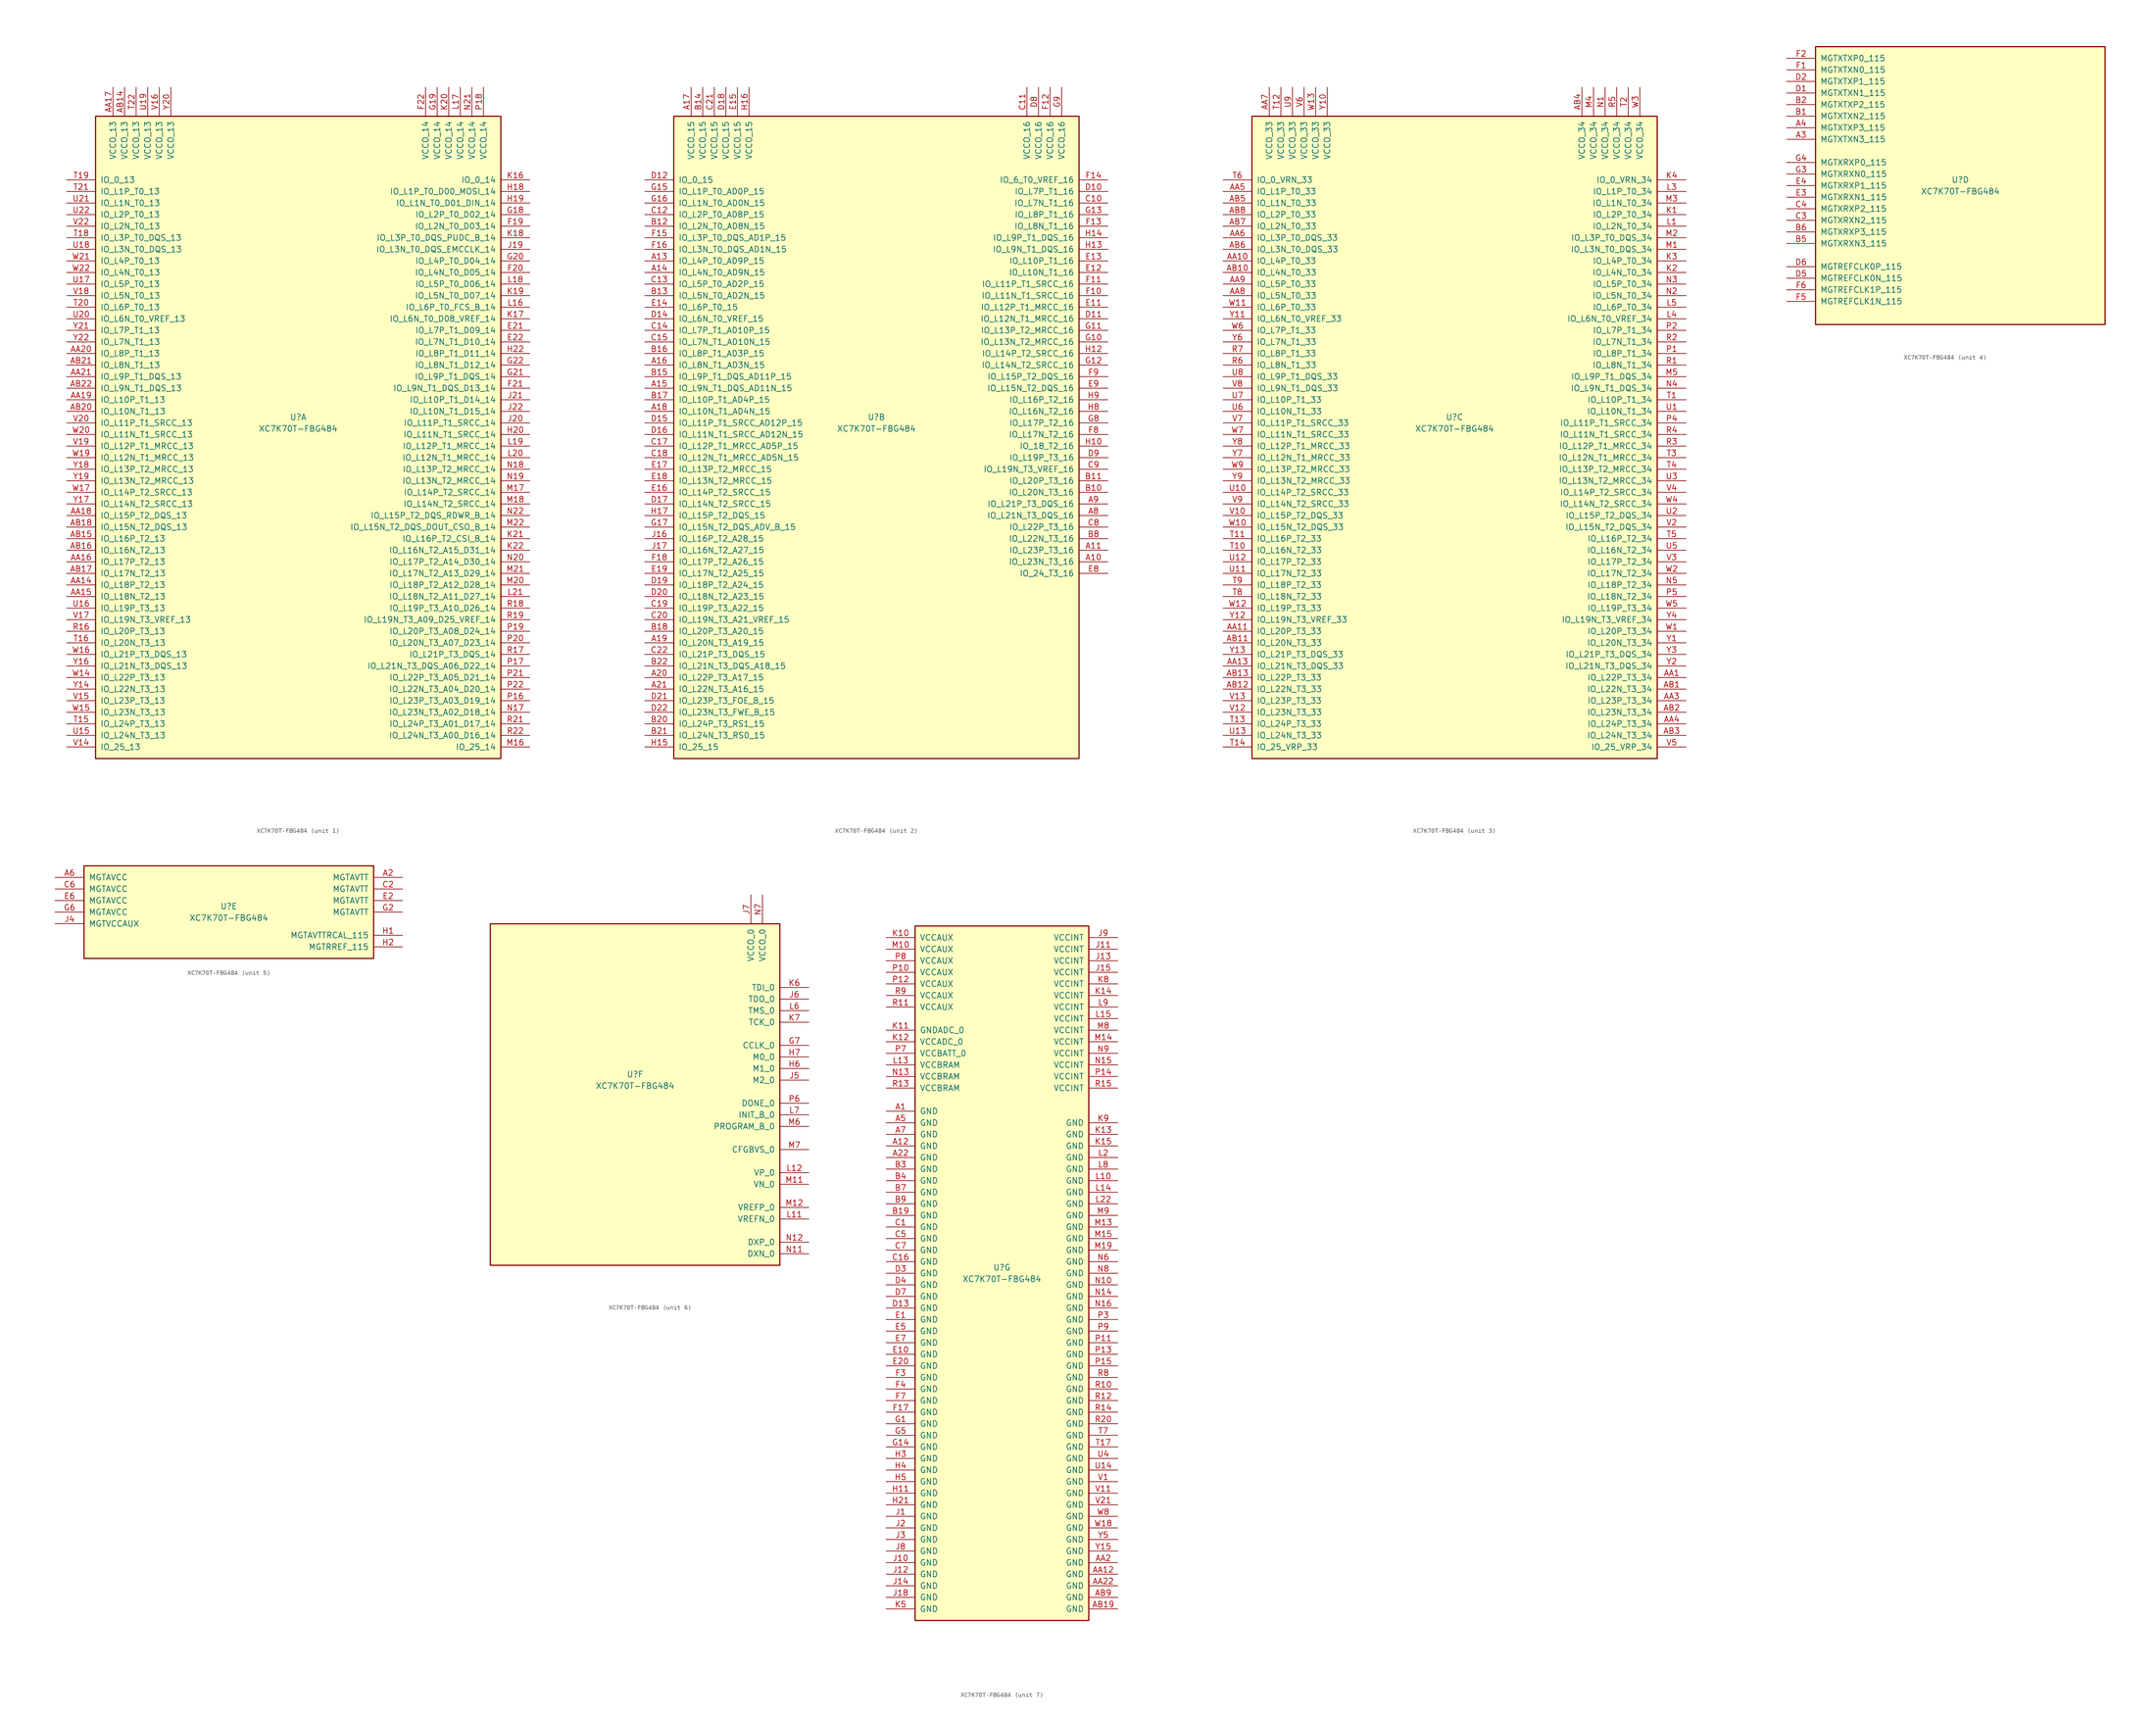
<source format=kicad_sym>
(kicad_symbol_lib
  (version 20231120)
  (generator "kicad_symbol_editor")
  (generator_version "8.0")
  (symbol "XC7K70T-FBG484"
    (pin_names
      (offset 1.016))
    (property "Reference" "U"
      (at 0 1.27 0)
      (effects (font (size 1.27 1.27))))
    (property "Value" "XC7K70T-FBG484"
      (at 0 -1.27 0)
      (effects (font (size 1.27 1.27))))
    (property "Datasheet" ""
      (at 0 0 0)
      (effects (font (size 1.27 1.27))))
    (property "ki_locked" ""
      (at 0 0 0)
      (effects (font (size 1.27 1.27))))
    (symbol "XC7K70T-FBG484_1_1"
      (rectangle (start -44.45 67.31) (end 44.45 -73.66) (stroke (width 0.254) (type default)) (fill (type background)))
      (pin bidirectional line (at -50.8 -35.56 0) (length 6.35) (name "IO_L18P_T2_13" (effects (font (size 1.27 1.27)))) (number "AA14" (effects (font (size 1.27 1.27)))))
      (pin bidirectional line (at -50.8 -38.1 0) (length 6.35) (name "IO_L18N_T2_13" (effects (font (size 1.27 1.27)))) (number "AA15" (effects (font (size 1.27 1.27)))))
      (pin bidirectional line (at -50.8 -30.48 0) (length 6.35) (name "IO_L17P_T2_13" (effects (font (size 1.27 1.27)))) (number "AA16" (effects (font (size 1.27 1.27)))))
      (pin power_in line (at -40.64 73.66 270) (length 6.35) (name "VCCO_13" (effects (font (size 1.27 1.27)))) (number "AA17" (effects (font (size 1.27 1.27)))))
      (pin bidirectional line (at -50.8 -20.32 0) (length 6.35) (name "IO_L15P_T2_DQS_13" (effects (font (size 1.27 1.27)))) (number "AA18" (effects (font (size 1.27 1.27)))))
      (pin bidirectional line (at -50.8 5.08 0) (length 6.35) (name "IO_L10P_T1_13" (effects (font (size 1.27 1.27)))) (number "AA19" (effects (font (size 1.27 1.27)))))
      (pin bidirectional line (at -50.8 15.24 0) (length 6.35) (name "IO_L8P_T1_13" (effects (font (size 1.27 1.27)))) (number "AA20" (effects (font (size 1.27 1.27)))))
      (pin bidirectional line (at -50.8 10.16 0) (length 6.35) (name "IO_L9P_T1_DQS_13" (effects (font (size 1.27 1.27)))) (number "AA21" (effects (font (size 1.27 1.27)))))
      (pin power_in line (at -38.1 73.66 270) (length 6.35) (name "VCCO_13" (effects (font (size 1.27 1.27)))) (number "AB14" (effects (font (size 1.27 1.27)))))
      (pin bidirectional line (at -50.8 -25.4 0) (length 6.35) (name "IO_L16P_T2_13" (effects (font (size 1.27 1.27)))) (number "AB15" (effects (font (size 1.27 1.27)))))
      (pin bidirectional line (at -50.8 -27.94 0) (length 6.35) (name "IO_L16N_T2_13" (effects (font (size 1.27 1.27)))) (number "AB16" (effects (font (size 1.27 1.27)))))
      (pin bidirectional line (at -50.8 -33.02 0) (length 6.35) (name "IO_L17N_T2_13" (effects (font (size 1.27 1.27)))) (number "AB17" (effects (font (size 1.27 1.27)))))
      (pin bidirectional line (at -50.8 -22.86 0) (length 6.35) (name "IO_L15N_T2_DQS_13" (effects (font (size 1.27 1.27)))) (number "AB18" (effects (font (size 1.27 1.27)))))
      (pin bidirectional line (at -50.8 2.54 0) (length 6.35) (name "IO_L10N_T1_13" (effects (font (size 1.27 1.27)))) (number "AB20" (effects (font (size 1.27 1.27)))))
      (pin bidirectional line (at -50.8 12.7 0) (length 6.35) (name "IO_L8N_T1_13" (effects (font (size 1.27 1.27)))) (number "AB21" (effects (font (size 1.27 1.27)))))
      (pin bidirectional line (at -50.8 7.62 0) (length 6.35) (name "IO_L9N_T1_DQS_13" (effects (font (size 1.27 1.27)))) (number "AB22" (effects (font (size 1.27 1.27)))))
      (pin bidirectional line (at 50.8 20.32 180) (length 6.35) (name "IO_L7P_T1_D09_14" (effects (font (size 1.27 1.27)))) (number "E21" (effects (font (size 1.27 1.27)))))
      (pin bidirectional line (at 50.8 17.78 180) (length 6.35) (name "IO_L7N_T1_D10_14" (effects (font (size 1.27 1.27)))) (number "E22" (effects (font (size 1.27 1.27)))))
      (pin bidirectional line (at 50.8 43.18 180) (length 6.35) (name "IO_L2N_T0_D03_14" (effects (font (size 1.27 1.27)))) (number "F19" (effects (font (size 1.27 1.27)))))
      (pin bidirectional line (at 50.8 33.02 180) (length 6.35) (name "IO_L4N_T0_D05_14" (effects (font (size 1.27 1.27)))) (number "F20" (effects (font (size 1.27 1.27)))))
      (pin bidirectional line (at 50.8 7.62 180) (length 6.35) (name "IO_L9N_T1_DQS_D13_14" (effects (font (size 1.27 1.27)))) (number "F21" (effects (font (size 1.27 1.27)))))
      (pin power_in line (at 27.94 73.66 270) (length 6.35) (name "VCCO_14" (effects (font (size 1.27 1.27)))) (number "F22" (effects (font (size 1.27 1.27)))))
      (pin bidirectional line (at 50.8 45.72 180) (length 6.35) (name "IO_L2P_T0_D02_14" (effects (font (size 1.27 1.27)))) (number "G18" (effects (font (size 1.27 1.27)))))
      (pin power_in line (at 30.48 73.66 270) (length 6.35) (name "VCCO_14" (effects (font (size 1.27 1.27)))) (number "G19" (effects (font (size 1.27 1.27)))))
      (pin bidirectional line (at 50.8 35.56 180) (length 6.35) (name "IO_L4P_T0_D04_14" (effects (font (size 1.27 1.27)))) (number "G20" (effects (font (size 1.27 1.27)))))
      (pin bidirectional line (at 50.8 10.16 180) (length 6.35) (name "IO_L9P_T1_DQS_14" (effects (font (size 1.27 1.27)))) (number "G21" (effects (font (size 1.27 1.27)))))
      (pin bidirectional line (at 50.8 12.7 180) (length 6.35) (name "IO_L8N_T1_D12_14" (effects (font (size 1.27 1.27)))) (number "G22" (effects (font (size 1.27 1.27)))))
      (pin bidirectional line (at 50.8 50.8 180) (length 6.35) (name "IO_L1P_T0_D00_MOSI_14" (effects (font (size 1.27 1.27)))) (number "H18" (effects (font (size 1.27 1.27)))))
      (pin bidirectional line (at 50.8 48.26 180) (length 6.35) (name "IO_L1N_T0_D01_DIN_14" (effects (font (size 1.27 1.27)))) (number "H19" (effects (font (size 1.27 1.27)))))
      (pin bidirectional line (at 50.8 -2.54 180) (length 6.35) (name "IO_L11N_T1_SRCC_14" (effects (font (size 1.27 1.27)))) (number "H20" (effects (font (size 1.27 1.27)))))
      (pin bidirectional line (at 50.8 15.24 180) (length 6.35) (name "IO_L8P_T1_D11_14" (effects (font (size 1.27 1.27)))) (number "H22" (effects (font (size 1.27 1.27)))))
      (pin bidirectional line (at 50.8 38.1 180) (length 6.35) (name "IO_L3N_T0_DQS_EMCCLK_14" (effects (font (size 1.27 1.27)))) (number "J19" (effects (font (size 1.27 1.27)))))
      (pin bidirectional line (at 50.8 0 180) (length 6.35) (name "IO_L11P_T1_SRCC_14" (effects (font (size 1.27 1.27)))) (number "J20" (effects (font (size 1.27 1.27)))))
      (pin bidirectional line (at 50.8 5.08 180) (length 6.35) (name "IO_L10P_T1_D14_14" (effects (font (size 1.27 1.27)))) (number "J21" (effects (font (size 1.27 1.27)))))
      (pin bidirectional line (at 50.8 2.54 180) (length 6.35) (name "IO_L10N_T1_D15_14" (effects (font (size 1.27 1.27)))) (number "J22" (effects (font (size 1.27 1.27)))))
      (pin bidirectional line (at 50.8 53.34 180) (length 6.35) (name "IO_0_14" (effects (font (size 1.27 1.27)))) (number "K16" (effects (font (size 1.27 1.27)))))
      (pin bidirectional line (at 50.8 22.86 180) (length 6.35) (name "IO_L6N_T0_D08_VREF_14" (effects (font (size 1.27 1.27)))) (number "K17" (effects (font (size 1.27 1.27)))))
      (pin bidirectional line (at 50.8 40.64 180) (length 6.35) (name "IO_L3P_T0_DQS_PUDC_B_14" (effects (font (size 1.27 1.27)))) (number "K18" (effects (font (size 1.27 1.27)))))
      (pin bidirectional line (at 50.8 27.94 180) (length 6.35) (name "IO_L5N_T0_D07_14" (effects (font (size 1.27 1.27)))) (number "K19" (effects (font (size 1.27 1.27)))))
      (pin power_in line (at 33.02 73.66 270) (length 6.35) (name "VCCO_14" (effects (font (size 1.27 1.27)))) (number "K20" (effects (font (size 1.27 1.27)))))
      (pin bidirectional line (at 50.8 -25.4 180) (length 6.35) (name "IO_L16P_T2_CSI_B_14" (effects (font (size 1.27 1.27)))) (number "K21" (effects (font (size 1.27 1.27)))))
      (pin bidirectional line (at 50.8 -27.94 180) (length 6.35) (name "IO_L16N_T2_A15_D31_14" (effects (font (size 1.27 1.27)))) (number "K22" (effects (font (size 1.27 1.27)))))
      (pin bidirectional line (at 50.8 25.4 180) (length 6.35) (name "IO_L6P_T0_FCS_B_14" (effects (font (size 1.27 1.27)))) (number "L16" (effects (font (size 1.27 1.27)))))
      (pin power_in line (at 35.56 73.66 270) (length 6.35) (name "VCCO_14" (effects (font (size 1.27 1.27)))) (number "L17" (effects (font (size 1.27 1.27)))))
      (pin bidirectional line (at 50.8 30.48 180) (length 6.35) (name "IO_L5P_T0_D06_14" (effects (font (size 1.27 1.27)))) (number "L18" (effects (font (size 1.27 1.27)))))
      (pin bidirectional line (at 50.8 -5.08 180) (length 6.35) (name "IO_L12P_T1_MRCC_14" (effects (font (size 1.27 1.27)))) (number "L19" (effects (font (size 1.27 1.27)))))
      (pin bidirectional line (at 50.8 -7.62 180) (length 6.35) (name "IO_L12N_T1_MRCC_14" (effects (font (size 1.27 1.27)))) (number "L20" (effects (font (size 1.27 1.27)))))
      (pin bidirectional line (at 50.8 -38.1 180) (length 6.35) (name "IO_L18N_T2_A11_D27_14" (effects (font (size 1.27 1.27)))) (number "L21" (effects (font (size 1.27 1.27)))))
      (pin bidirectional line (at 50.8 -71.12 180) (length 6.35) (name "IO_25_14" (effects (font (size 1.27 1.27)))) (number "M16" (effects (font (size 1.27 1.27)))))
      (pin bidirectional line (at 50.8 -15.24 180) (length 6.35) (name "IO_L14P_T2_SRCC_14" (effects (font (size 1.27 1.27)))) (number "M17" (effects (font (size 1.27 1.27)))))
      (pin bidirectional line (at 50.8 -17.78 180) (length 6.35) (name "IO_L14N_T2_SRCC_14" (effects (font (size 1.27 1.27)))) (number "M18" (effects (font (size 1.27 1.27)))))
      (pin bidirectional line (at 50.8 -35.56 180) (length 6.35) (name "IO_L18P_T2_A12_D28_14" (effects (font (size 1.27 1.27)))) (number "M20" (effects (font (size 1.27 1.27)))))
      (pin bidirectional line (at 50.8 -33.02 180) (length 6.35) (name "IO_L17N_T2_A13_D29_14" (effects (font (size 1.27 1.27)))) (number "M21" (effects (font (size 1.27 1.27)))))
      (pin bidirectional line (at 50.8 -22.86 180) (length 6.35) (name "IO_L15N_T2_DQS_DOUT_CSO_B_14" (effects (font (size 1.27 1.27)))) (number "M22" (effects (font (size 1.27 1.27)))))
      (pin bidirectional line (at 50.8 -63.5 180) (length 6.35) (name "IO_L23N_T3_A02_D18_14" (effects (font (size 1.27 1.27)))) (number "N17" (effects (font (size 1.27 1.27)))))
      (pin bidirectional line (at 50.8 -10.16 180) (length 6.35) (name "IO_L13P_T2_MRCC_14" (effects (font (size 1.27 1.27)))) (number "N18" (effects (font (size 1.27 1.27)))))
      (pin bidirectional line (at 50.8 -12.7 180) (length 6.35) (name "IO_L13N_T2_MRCC_14" (effects (font (size 1.27 1.27)))) (number "N19" (effects (font (size 1.27 1.27)))))
      (pin bidirectional line (at 50.8 -30.48 180) (length 6.35) (name "IO_L17P_T2_A14_D30_14" (effects (font (size 1.27 1.27)))) (number "N20" (effects (font (size 1.27 1.27)))))
      (pin power_in line (at 38.1 73.66 270) (length 6.35) (name "VCCO_14" (effects (font (size 1.27 1.27)))) (number "N21" (effects (font (size 1.27 1.27)))))
      (pin bidirectional line (at 50.8 -20.32 180) (length 6.35) (name "IO_L15P_T2_DQS_RDWR_B_14" (effects (font (size 1.27 1.27)))) (number "N22" (effects (font (size 1.27 1.27)))))
      (pin bidirectional line (at 50.8 -60.96 180) (length 6.35) (name "IO_L23P_T3_A03_D19_14" (effects (font (size 1.27 1.27)))) (number "P16" (effects (font (size 1.27 1.27)))))
      (pin bidirectional line (at 50.8 -53.34 180) (length 6.35) (name "IO_L21N_T3_DQS_A06_D22_14" (effects (font (size 1.27 1.27)))) (number "P17" (effects (font (size 1.27 1.27)))))
      (pin power_in line (at 40.64 73.66 270) (length 6.35) (name "VCCO_14" (effects (font (size 1.27 1.27)))) (number "P18" (effects (font (size 1.27 1.27)))))
      (pin bidirectional line (at 50.8 -45.72 180) (length 6.35) (name "IO_L20P_T3_A08_D24_14" (effects (font (size 1.27 1.27)))) (number "P19" (effects (font (size 1.27 1.27)))))
      (pin bidirectional line (at 50.8 -48.26 180) (length 6.35) (name "IO_L20N_T3_A07_D23_14" (effects (font (size 1.27 1.27)))) (number "P20" (effects (font (size 1.27 1.27)))))
      (pin bidirectional line (at 50.8 -55.88 180) (length 6.35) (name "IO_L22P_T3_A05_D21_14" (effects (font (size 1.27 1.27)))) (number "P21" (effects (font (size 1.27 1.27)))))
      (pin bidirectional line (at 50.8 -58.42 180) (length 6.35) (name "IO_L22N_T3_A04_D20_14" (effects (font (size 1.27 1.27)))) (number "P22" (effects (font (size 1.27 1.27)))))
      (pin bidirectional line (at -50.8 -45.72 0) (length 6.35) (name "IO_L20P_T3_13" (effects (font (size 1.27 1.27)))) (number "R16" (effects (font (size 1.27 1.27)))))
      (pin bidirectional line (at 50.8 -50.8 180) (length 6.35) (name "IO_L21P_T3_DQS_14" (effects (font (size 1.27 1.27)))) (number "R17" (effects (font (size 1.27 1.27)))))
      (pin bidirectional line (at 50.8 -40.64 180) (length 6.35) (name "IO_L19P_T3_A10_D26_14" (effects (font (size 1.27 1.27)))) (number "R18" (effects (font (size 1.27 1.27)))))
      (pin bidirectional line (at 50.8 -43.18 180) (length 6.35) (name "IO_L19N_T3_A09_D25_VREF_14" (effects (font (size 1.27 1.27)))) (number "R19" (effects (font (size 1.27 1.27)))))
      (pin bidirectional line (at 50.8 -66.04 180) (length 6.35) (name "IO_L24P_T3_A01_D17_14" (effects (font (size 1.27 1.27)))) (number "R21" (effects (font (size 1.27 1.27)))))
      (pin bidirectional line (at 50.8 -68.58 180) (length 6.35) (name "IO_L24N_T3_A00_D16_14" (effects (font (size 1.27 1.27)))) (number "R22" (effects (font (size 1.27 1.27)))))
      (pin bidirectional line (at -50.8 -66.04 0) (length 6.35) (name "IO_L24P_T3_13" (effects (font (size 1.27 1.27)))) (number "T15" (effects (font (size 1.27 1.27)))))
      (pin bidirectional line (at -50.8 -48.26 0) (length 6.35) (name "IO_L20N_T3_13" (effects (font (size 1.27 1.27)))) (number "T16" (effects (font (size 1.27 1.27)))))
      (pin bidirectional line (at -50.8 40.64 0) (length 6.35) (name "IO_L3P_T0_DQS_13" (effects (font (size 1.27 1.27)))) (number "T18" (effects (font (size 1.27 1.27)))))
      (pin bidirectional line (at -50.8 53.34 0) (length 6.35) (name "IO_0_13" (effects (font (size 1.27 1.27)))) (number "T19" (effects (font (size 1.27 1.27)))))
      (pin bidirectional line (at -50.8 25.4 0) (length 6.35) (name "IO_L6P_T0_13" (effects (font (size 1.27 1.27)))) (number "T20" (effects (font (size 1.27 1.27)))))
      (pin bidirectional line (at -50.8 50.8 0) (length 6.35) (name "IO_L1P_T0_13" (effects (font (size 1.27 1.27)))) (number "T21" (effects (font (size 1.27 1.27)))))
      (pin power_in line (at -35.56 73.66 270) (length 6.35) (name "VCCO_13" (effects (font (size 1.27 1.27)))) (number "T22" (effects (font (size 1.27 1.27)))))
      (pin bidirectional line (at -50.8 -68.58 0) (length 6.35) (name "IO_L24N_T3_13" (effects (font (size 1.27 1.27)))) (number "U15" (effects (font (size 1.27 1.27)))))
      (pin bidirectional line (at -50.8 -40.64 0) (length 6.35) (name "IO_L19P_T3_13" (effects (font (size 1.27 1.27)))) (number "U16" (effects (font (size 1.27 1.27)))))
      (pin bidirectional line (at -50.8 30.48 0) (length 6.35) (name "IO_L5P_T0_13" (effects (font (size 1.27 1.27)))) (number "U17" (effects (font (size 1.27 1.27)))))
      (pin bidirectional line (at -50.8 38.1 0) (length 6.35) (name "IO_L3N_T0_DQS_13" (effects (font (size 1.27 1.27)))) (number "U18" (effects (font (size 1.27 1.27)))))
      (pin power_in line (at -33.02 73.66 270) (length 6.35) (name "VCCO_13" (effects (font (size 1.27 1.27)))) (number "U19" (effects (font (size 1.27 1.27)))))
      (pin bidirectional line (at -50.8 22.86 0) (length 6.35) (name "IO_L6N_T0_VREF_13" (effects (font (size 1.27 1.27)))) (number "U20" (effects (font (size 1.27 1.27)))))
      (pin bidirectional line (at -50.8 48.26 0) (length 6.35) (name "IO_L1N_T0_13" (effects (font (size 1.27 1.27)))) (number "U21" (effects (font (size 1.27 1.27)))))
      (pin bidirectional line (at -50.8 45.72 0) (length 6.35) (name "IO_L2P_T0_13" (effects (font (size 1.27 1.27)))) (number "U22" (effects (font (size 1.27 1.27)))))
      (pin bidirectional line (at -50.8 -71.12 0) (length 6.35) (name "IO_25_13" (effects (font (size 1.27 1.27)))) (number "V14" (effects (font (size 1.27 1.27)))))
      (pin bidirectional line (at -50.8 -60.96 0) (length 6.35) (name "IO_L23P_T3_13" (effects (font (size 1.27 1.27)))) (number "V15" (effects (font (size 1.27 1.27)))))
      (pin power_in line (at -30.48 73.66 270) (length 6.35) (name "VCCO_13" (effects (font (size 1.27 1.27)))) (number "V16" (effects (font (size 1.27 1.27)))))
      (pin bidirectional line (at -50.8 -43.18 0) (length 6.35) (name "IO_L19N_T3_VREF_13" (effects (font (size 1.27 1.27)))) (number "V17" (effects (font (size 1.27 1.27)))))
      (pin bidirectional line (at -50.8 27.94 0) (length 6.35) (name "IO_L5N_T0_13" (effects (font (size 1.27 1.27)))) (number "V18" (effects (font (size 1.27 1.27)))))
      (pin bidirectional line (at -50.8 -5.08 0) (length 6.35) (name "IO_L12P_T1_MRCC_13" (effects (font (size 1.27 1.27)))) (number "V19" (effects (font (size 1.27 1.27)))))
      (pin bidirectional line (at -50.8 0 0) (length 6.35) (name "IO_L11P_T1_SRCC_13" (effects (font (size 1.27 1.27)))) (number "V20" (effects (font (size 1.27 1.27)))))
      (pin bidirectional line (at -50.8 43.18 0) (length 6.35) (name "IO_L2N_T0_13" (effects (font (size 1.27 1.27)))) (number "V22" (effects (font (size 1.27 1.27)))))
      (pin bidirectional line (at -50.8 -55.88 0) (length 6.35) (name "IO_L22P_T3_13" (effects (font (size 1.27 1.27)))) (number "W14" (effects (font (size 1.27 1.27)))))
      (pin bidirectional line (at -50.8 -63.5 0) (length 6.35) (name "IO_L23N_T3_13" (effects (font (size 1.27 1.27)))) (number "W15" (effects (font (size 1.27 1.27)))))
      (pin bidirectional line (at -50.8 -50.8 0) (length 6.35) (name "IO_L21P_T3_DQS_13" (effects (font (size 1.27 1.27)))) (number "W16" (effects (font (size 1.27 1.27)))))
      (pin bidirectional line (at -50.8 -15.24 0) (length 6.35) (name "IO_L14P_T2_SRCC_13" (effects (font (size 1.27 1.27)))) (number "W17" (effects (font (size 1.27 1.27)))))
      (pin bidirectional line (at -50.8 -7.62 0) (length 6.35) (name "IO_L12N_T1_MRCC_13" (effects (font (size 1.27 1.27)))) (number "W19" (effects (font (size 1.27 1.27)))))
      (pin bidirectional line (at -50.8 -2.54 0) (length 6.35) (name "IO_L11N_T1_SRCC_13" (effects (font (size 1.27 1.27)))) (number "W20" (effects (font (size 1.27 1.27)))))
      (pin bidirectional line (at -50.8 35.56 0) (length 6.35) (name "IO_L4P_T0_13" (effects (font (size 1.27 1.27)))) (number "W21" (effects (font (size 1.27 1.27)))))
      (pin bidirectional line (at -50.8 33.02 0) (length 6.35) (name "IO_L4N_T0_13" (effects (font (size 1.27 1.27)))) (number "W22" (effects (font (size 1.27 1.27)))))
      (pin bidirectional line (at -50.8 -58.42 0) (length 6.35) (name "IO_L22N_T3_13" (effects (font (size 1.27 1.27)))) (number "Y14" (effects (font (size 1.27 1.27)))))
      (pin bidirectional line (at -50.8 -53.34 0) (length 6.35) (name "IO_L21N_T3_DQS_13" (effects (font (size 1.27 1.27)))) (number "Y16" (effects (font (size 1.27 1.27)))))
      (pin bidirectional line (at -50.8 -17.78 0) (length 6.35) (name "IO_L14N_T2_SRCC_13" (effects (font (size 1.27 1.27)))) (number "Y17" (effects (font (size 1.27 1.27)))))
      (pin bidirectional line (at -50.8 -10.16 0) (length 6.35) (name "IO_L13P_T2_MRCC_13" (effects (font (size 1.27 1.27)))) (number "Y18" (effects (font (size 1.27 1.27)))))
      (pin bidirectional line (at -50.8 -12.7 0) (length 6.35) (name "IO_L13N_T2_MRCC_13" (effects (font (size 1.27 1.27)))) (number "Y19" (effects (font (size 1.27 1.27)))))
      (pin power_in line (at -27.94 73.66 270) (length 6.35) (name "VCCO_13" (effects (font (size 1.27 1.27)))) (number "Y20" (effects (font (size 1.27 1.27)))))
      (pin bidirectional line (at -50.8 20.32 0) (length 6.35) (name "IO_L7P_T1_13" (effects (font (size 1.27 1.27)))) (number "Y21" (effects (font (size 1.27 1.27)))))
      (pin bidirectional line (at -50.8 17.78 0) (length 6.35) (name "IO_L7N_T1_13" (effects (font (size 1.27 1.27)))) (number "Y22" (effects (font (size 1.27 1.27))))))
    (symbol "XC7K70T-FBG484_2_1"
      (rectangle (start -44.45 67.31) (end 44.45 -73.66) (stroke (width 0.254) (type default)) (fill (type background)))
      (pin bidirectional line (at 50.8 -30.48 180) (length 6.35) (name "IO_L23N_T3_16" (effects (font (size 1.27 1.27)))) (number "A10" (effects (font (size 1.27 1.27)))))
      (pin bidirectional line (at 50.8 -27.94 180) (length 6.35) (name "IO_L23P_T3_16" (effects (font (size 1.27 1.27)))) (number "A11" (effects (font (size 1.27 1.27)))))
      (pin bidirectional line (at -50.8 35.56 0) (length 6.35) (name "IO_L4P_T0_AD9P_15" (effects (font (size 1.27 1.27)))) (number "A13" (effects (font (size 1.27 1.27)))))
      (pin bidirectional line (at -50.8 33.02 0) (length 6.35) (name "IO_L4N_T0_AD9N_15" (effects (font (size 1.27 1.27)))) (number "A14" (effects (font (size 1.27 1.27)))))
      (pin bidirectional line (at -50.8 7.62 0) (length 6.35) (name "IO_L9N_T1_DQS_AD11N_15" (effects (font (size 1.27 1.27)))) (number "A15" (effects (font (size 1.27 1.27)))))
      (pin bidirectional line (at -50.8 12.7 0) (length 6.35) (name "IO_L8N_T1_AD3N_15" (effects (font (size 1.27 1.27)))) (number "A16" (effects (font (size 1.27 1.27)))))
      (pin power_in line (at -40.64 73.66 270) (length 6.35) (name "VCCO_15" (effects (font (size 1.27 1.27)))) (number "A17" (effects (font (size 1.27 1.27)))))
      (pin bidirectional line (at -50.8 2.54 0) (length 6.35) (name "IO_L10N_T1_AD4N_15" (effects (font (size 1.27 1.27)))) (number "A18" (effects (font (size 1.27 1.27)))))
      (pin bidirectional line (at -50.8 -48.26 0) (length 6.35) (name "IO_L20N_T3_A19_15" (effects (font (size 1.27 1.27)))) (number "A19" (effects (font (size 1.27 1.27)))))
      (pin bidirectional line (at -50.8 -55.88 0) (length 6.35) (name "IO_L22P_T3_A17_15" (effects (font (size 1.27 1.27)))) (number "A20" (effects (font (size 1.27 1.27)))))
      (pin bidirectional line (at -50.8 -58.42 0) (length 6.35) (name "IO_L22N_T3_A16_15" (effects (font (size 1.27 1.27)))) (number "A21" (effects (font (size 1.27 1.27)))))
      (pin bidirectional line (at 50.8 -20.32 180) (length 6.35) (name "IO_L21N_T3_DQS_16" (effects (font (size 1.27 1.27)))) (number "A8" (effects (font (size 1.27 1.27)))))
      (pin bidirectional line (at 50.8 -17.78 180) (length 6.35) (name "IO_L21P_T3_DQS_16" (effects (font (size 1.27 1.27)))) (number "A9" (effects (font (size 1.27 1.27)))))
      (pin bidirectional line (at 50.8 -15.24 180) (length 6.35) (name "IO_L20N_T3_16" (effects (font (size 1.27 1.27)))) (number "B10" (effects (font (size 1.27 1.27)))))
      (pin bidirectional line (at 50.8 -12.7 180) (length 6.35) (name "IO_L20P_T3_16" (effects (font (size 1.27 1.27)))) (number "B11" (effects (font (size 1.27 1.27)))))
      (pin bidirectional line (at -50.8 43.18 0) (length 6.35) (name "IO_L2N_T0_AD8N_15" (effects (font (size 1.27 1.27)))) (number "B12" (effects (font (size 1.27 1.27)))))
      (pin bidirectional line (at -50.8 27.94 0) (length 6.35) (name "IO_L5N_T0_AD2N_15" (effects (font (size 1.27 1.27)))) (number "B13" (effects (font (size 1.27 1.27)))))
      (pin power_in line (at -38.1 73.66 270) (length 6.35) (name "VCCO_15" (effects (font (size 1.27 1.27)))) (number "B14" (effects (font (size 1.27 1.27)))))
      (pin bidirectional line (at -50.8 10.16 0) (length 6.35) (name "IO_L9P_T1_DQS_AD11P_15" (effects (font (size 1.27 1.27)))) (number "B15" (effects (font (size 1.27 1.27)))))
      (pin bidirectional line (at -50.8 15.24 0) (length 6.35) (name "IO_L8P_T1_AD3P_15" (effects (font (size 1.27 1.27)))) (number "B16" (effects (font (size 1.27 1.27)))))
      (pin bidirectional line (at -50.8 5.08 0) (length 6.35) (name "IO_L10P_T1_AD4P_15" (effects (font (size 1.27 1.27)))) (number "B17" (effects (font (size 1.27 1.27)))))
      (pin bidirectional line (at -50.8 -45.72 0) (length 6.35) (name "IO_L20P_T3_A20_15" (effects (font (size 1.27 1.27)))) (number "B18" (effects (font (size 1.27 1.27)))))
      (pin bidirectional line (at -50.8 -66.04 0) (length 6.35) (name "IO_L24P_T3_RS1_15" (effects (font (size 1.27 1.27)))) (number "B20" (effects (font (size 1.27 1.27)))))
      (pin bidirectional line (at -50.8 -68.58 0) (length 6.35) (name "IO_L24N_T3_RS0_15" (effects (font (size 1.27 1.27)))) (number "B21" (effects (font (size 1.27 1.27)))))
      (pin bidirectional line (at -50.8 -53.34 0) (length 6.35) (name "IO_L21N_T3_DQS_A18_15" (effects (font (size 1.27 1.27)))) (number "B22" (effects (font (size 1.27 1.27)))))
      (pin bidirectional line (at 50.8 -25.4 180) (length 6.35) (name "IO_L22N_T3_16" (effects (font (size 1.27 1.27)))) (number "B8" (effects (font (size 1.27 1.27)))))
      (pin bidirectional line (at 50.8 48.26 180) (length 6.35) (name "IO_L7N_T1_16" (effects (font (size 1.27 1.27)))) (number "C10" (effects (font (size 1.27 1.27)))))
      (pin power_in line (at 33.02 73.66 270) (length 6.35) (name "VCCO_16" (effects (font (size 1.27 1.27)))) (number "C11" (effects (font (size 1.27 1.27)))))
      (pin bidirectional line (at -50.8 45.72 0) (length 6.35) (name "IO_L2P_T0_AD8P_15" (effects (font (size 1.27 1.27)))) (number "C12" (effects (font (size 1.27 1.27)))))
      (pin bidirectional line (at -50.8 30.48 0) (length 6.35) (name "IO_L5P_T0_AD2P_15" (effects (font (size 1.27 1.27)))) (number "C13" (effects (font (size 1.27 1.27)))))
      (pin bidirectional line (at -50.8 20.32 0) (length 6.35) (name "IO_L7P_T1_AD10P_15" (effects (font (size 1.27 1.27)))) (number "C14" (effects (font (size 1.27 1.27)))))
      (pin bidirectional line (at -50.8 17.78 0) (length 6.35) (name "IO_L7N_T1_AD10N_15" (effects (font (size 1.27 1.27)))) (number "C15" (effects (font (size 1.27 1.27)))))
      (pin bidirectional line (at -50.8 -5.08 0) (length 6.35) (name "IO_L12P_T1_MRCC_AD5P_15" (effects (font (size 1.27 1.27)))) (number "C17" (effects (font (size 1.27 1.27)))))
      (pin bidirectional line (at -50.8 -7.62 0) (length 6.35) (name "IO_L12N_T1_MRCC_AD5N_15" (effects (font (size 1.27 1.27)))) (number "C18" (effects (font (size 1.27 1.27)))))
      (pin bidirectional line (at -50.8 -40.64 0) (length 6.35) (name "IO_L19P_T3_A22_15" (effects (font (size 1.27 1.27)))) (number "C19" (effects (font (size 1.27 1.27)))))
      (pin bidirectional line (at -50.8 -43.18 0) (length 6.35) (name "IO_L19N_T3_A21_VREF_15" (effects (font (size 1.27 1.27)))) (number "C20" (effects (font (size 1.27 1.27)))))
      (pin power_in line (at -35.56 73.66 270) (length 6.35) (name "VCCO_15" (effects (font (size 1.27 1.27)))) (number "C21" (effects (font (size 1.27 1.27)))))
      (pin bidirectional line (at -50.8 -50.8 0) (length 6.35) (name "IO_L21P_T3_DQS_15" (effects (font (size 1.27 1.27)))) (number "C22" (effects (font (size 1.27 1.27)))))
      (pin bidirectional line (at 50.8 -22.86 180) (length 6.35) (name "IO_L22P_T3_16" (effects (font (size 1.27 1.27)))) (number "C8" (effects (font (size 1.27 1.27)))))
      (pin bidirectional line (at 50.8 -10.16 180) (length 6.35) (name "IO_L19N_T3_VREF_16" (effects (font (size 1.27 1.27)))) (number "C9" (effects (font (size 1.27 1.27)))))
      (pin bidirectional line (at 50.8 50.8 180) (length 6.35) (name "IO_L7P_T1_16" (effects (font (size 1.27 1.27)))) (number "D10" (effects (font (size 1.27 1.27)))))
      (pin bidirectional line (at 50.8 22.86 180) (length 6.35) (name "IO_L12N_T1_MRCC_16" (effects (font (size 1.27 1.27)))) (number "D11" (effects (font (size 1.27 1.27)))))
      (pin bidirectional line (at -50.8 53.34 0) (length 6.35) (name "IO_0_15" (effects (font (size 1.27 1.27)))) (number "D12" (effects (font (size 1.27 1.27)))))
      (pin bidirectional line (at -50.8 22.86 0) (length 6.35) (name "IO_L6N_T0_VREF_15" (effects (font (size 1.27 1.27)))) (number "D14" (effects (font (size 1.27 1.27)))))
      (pin bidirectional line (at -50.8 0 0) (length 6.35) (name "IO_L11P_T1_SRCC_AD12P_15" (effects (font (size 1.27 1.27)))) (number "D15" (effects (font (size 1.27 1.27)))))
      (pin bidirectional line (at -50.8 -2.54 0) (length 6.35) (name "IO_L11N_T1_SRCC_AD12N_15" (effects (font (size 1.27 1.27)))) (number "D16" (effects (font (size 1.27 1.27)))))
      (pin bidirectional line (at -50.8 -17.78 0) (length 6.35) (name "IO_L14N_T2_SRCC_15" (effects (font (size 1.27 1.27)))) (number "D17" (effects (font (size 1.27 1.27)))))
      (pin power_in line (at -33.02 73.66 270) (length 6.35) (name "VCCO_15" (effects (font (size 1.27 1.27)))) (number "D18" (effects (font (size 1.27 1.27)))))
      (pin bidirectional line (at -50.8 -35.56 0) (length 6.35) (name "IO_L18P_T2_A24_15" (effects (font (size 1.27 1.27)))) (number "D19" (effects (font (size 1.27 1.27)))))
      (pin bidirectional line (at -50.8 -38.1 0) (length 6.35) (name "IO_L18N_T2_A23_15" (effects (font (size 1.27 1.27)))) (number "D20" (effects (font (size 1.27 1.27)))))
      (pin bidirectional line (at -50.8 -60.96 0) (length 6.35) (name "IO_L23P_T3_FOE_B_15" (effects (font (size 1.27 1.27)))) (number "D21" (effects (font (size 1.27 1.27)))))
      (pin bidirectional line (at -50.8 -63.5 0) (length 6.35) (name "IO_L23N_T3_FWE_B_15" (effects (font (size 1.27 1.27)))) (number "D22" (effects (font (size 1.27 1.27)))))
      (pin power_in line (at 35.56 73.66 270) (length 6.35) (name "VCCO_16" (effects (font (size 1.27 1.27)))) (number "D8" (effects (font (size 1.27 1.27)))))
      (pin bidirectional line (at 50.8 -7.62 180) (length 6.35) (name "IO_L19P_T3_16" (effects (font (size 1.27 1.27)))) (number "D9" (effects (font (size 1.27 1.27)))))
      (pin bidirectional line (at 50.8 25.4 180) (length 6.35) (name "IO_L12P_T1_MRCC_16" (effects (font (size 1.27 1.27)))) (number "E11" (effects (font (size 1.27 1.27)))))
      (pin bidirectional line (at 50.8 33.02 180) (length 6.35) (name "IO_L10N_T1_16" (effects (font (size 1.27 1.27)))) (number "E12" (effects (font (size 1.27 1.27)))))
      (pin bidirectional line (at 50.8 35.56 180) (length 6.35) (name "IO_L10P_T1_16" (effects (font (size 1.27 1.27)))) (number "E13" (effects (font (size 1.27 1.27)))))
      (pin bidirectional line (at -50.8 25.4 0) (length 6.35) (name "IO_L6P_T0_15" (effects (font (size 1.27 1.27)))) (number "E14" (effects (font (size 1.27 1.27)))))
      (pin power_in line (at -30.48 73.66 270) (length 6.35) (name "VCCO_15" (effects (font (size 1.27 1.27)))) (number "E15" (effects (font (size 1.27 1.27)))))
      (pin bidirectional line (at -50.8 -15.24 0) (length 6.35) (name "IO_L14P_T2_SRCC_15" (effects (font (size 1.27 1.27)))) (number "E16" (effects (font (size 1.27 1.27)))))
      (pin bidirectional line (at -50.8 -10.16 0) (length 6.35) (name "IO_L13P_T2_MRCC_15" (effects (font (size 1.27 1.27)))) (number "E17" (effects (font (size 1.27 1.27)))))
      (pin bidirectional line (at -50.8 -12.7 0) (length 6.35) (name "IO_L13N_T2_MRCC_15" (effects (font (size 1.27 1.27)))) (number "E18" (effects (font (size 1.27 1.27)))))
      (pin bidirectional line (at -50.8 -33.02 0) (length 6.35) (name "IO_L17N_T2_A25_15" (effects (font (size 1.27 1.27)))) (number "E19" (effects (font (size 1.27 1.27)))))
      (pin bidirectional line (at 50.8 -33.02 180) (length 6.35) (name "IO_24_T3_16" (effects (font (size 1.27 1.27)))) (number "E8" (effects (font (size 1.27 1.27)))))
      (pin bidirectional line (at 50.8 7.62 180) (length 6.35) (name "IO_L15N_T2_DQS_16" (effects (font (size 1.27 1.27)))) (number "E9" (effects (font (size 1.27 1.27)))))
      (pin bidirectional line (at 50.8 27.94 180) (length 6.35) (name "IO_L11N_T1_SRCC_16" (effects (font (size 1.27 1.27)))) (number "F10" (effects (font (size 1.27 1.27)))))
      (pin bidirectional line (at 50.8 30.48 180) (length 6.35) (name "IO_L11P_T1_SRCC_16" (effects (font (size 1.27 1.27)))) (number "F11" (effects (font (size 1.27 1.27)))))
      (pin power_in line (at 38.1 73.66 270) (length 6.35) (name "VCCO_16" (effects (font (size 1.27 1.27)))) (number "F12" (effects (font (size 1.27 1.27)))))
      (pin bidirectional line (at 50.8 43.18 180) (length 6.35) (name "IO_L8N_T1_16" (effects (font (size 1.27 1.27)))) (number "F13" (effects (font (size 1.27 1.27)))))
      (pin bidirectional line (at 50.8 53.34 180) (length 6.35) (name "IO_6_T0_VREF_16" (effects (font (size 1.27 1.27)))) (number "F14" (effects (font (size 1.27 1.27)))))
      (pin bidirectional line (at -50.8 40.64 0) (length 6.35) (name "IO_L3P_T0_DQS_AD1P_15" (effects (font (size 1.27 1.27)))) (number "F15" (effects (font (size 1.27 1.27)))))
      (pin bidirectional line (at -50.8 38.1 0) (length 6.35) (name "IO_L3N_T0_DQS_AD1N_15" (effects (font (size 1.27 1.27)))) (number "F16" (effects (font (size 1.27 1.27)))))
      (pin bidirectional line (at -50.8 -30.48 0) (length 6.35) (name "IO_L17P_T2_A26_15" (effects (font (size 1.27 1.27)))) (number "F18" (effects (font (size 1.27 1.27)))))
      (pin bidirectional line (at 50.8 -2.54 180) (length 6.35) (name "IO_L17N_T2_16" (effects (font (size 1.27 1.27)))) (number "F8" (effects (font (size 1.27 1.27)))))
      (pin bidirectional line (at 50.8 10.16 180) (length 6.35) (name "IO_L15P_T2_DQS_16" (effects (font (size 1.27 1.27)))) (number "F9" (effects (font (size 1.27 1.27)))))
      (pin bidirectional line (at 50.8 17.78 180) (length 6.35) (name "IO_L13N_T2_MRCC_16" (effects (font (size 1.27 1.27)))) (number "G10" (effects (font (size 1.27 1.27)))))
      (pin bidirectional line (at 50.8 20.32 180) (length 6.35) (name "IO_L13P_T2_MRCC_16" (effects (font (size 1.27 1.27)))) (number "G11" (effects (font (size 1.27 1.27)))))
      (pin bidirectional line (at 50.8 12.7 180) (length 6.35) (name "IO_L14N_T2_SRCC_16" (effects (font (size 1.27 1.27)))) (number "G12" (effects (font (size 1.27 1.27)))))
      (pin bidirectional line (at 50.8 45.72 180) (length 6.35) (name "IO_L8P_T1_16" (effects (font (size 1.27 1.27)))) (number "G13" (effects (font (size 1.27 1.27)))))
      (pin bidirectional line (at -50.8 50.8 0) (length 6.35) (name "IO_L1P_T0_AD0P_15" (effects (font (size 1.27 1.27)))) (number "G15" (effects (font (size 1.27 1.27)))))
      (pin bidirectional line (at -50.8 48.26 0) (length 6.35) (name "IO_L1N_T0_AD0N_15" (effects (font (size 1.27 1.27)))) (number "G16" (effects (font (size 1.27 1.27)))))
      (pin bidirectional line (at -50.8 -22.86 0) (length 6.35) (name "IO_L15N_T2_DQS_ADV_B_15" (effects (font (size 1.27 1.27)))) (number "G17" (effects (font (size 1.27 1.27)))))
      (pin bidirectional line (at 50.8 0 180) (length 6.35) (name "IO_L17P_T2_16" (effects (font (size 1.27 1.27)))) (number "G8" (effects (font (size 1.27 1.27)))))
      (pin power_in line (at 40.64 73.66 270) (length 6.35) (name "VCCO_16" (effects (font (size 1.27 1.27)))) (number "G9" (effects (font (size 1.27 1.27)))))
      (pin bidirectional line (at 50.8 -5.08 180) (length 6.35) (name "IO_18_T2_16" (effects (font (size 1.27 1.27)))) (number "H10" (effects (font (size 1.27 1.27)))))
      (pin bidirectional line (at 50.8 15.24 180) (length 6.35) (name "IO_L14P_T2_SRCC_16" (effects (font (size 1.27 1.27)))) (number "H12" (effects (font (size 1.27 1.27)))))
      (pin bidirectional line (at 50.8 38.1 180) (length 6.35) (name "IO_L9N_T1_DQS_16" (effects (font (size 1.27 1.27)))) (number "H13" (effects (font (size 1.27 1.27)))))
      (pin bidirectional line (at 50.8 40.64 180) (length 6.35) (name "IO_L9P_T1_DQS_16" (effects (font (size 1.27 1.27)))) (number "H14" (effects (font (size 1.27 1.27)))))
      (pin bidirectional line (at -50.8 -71.12 0) (length 6.35) (name "IO_25_15" (effects (font (size 1.27 1.27)))) (number "H15" (effects (font (size 1.27 1.27)))))
      (pin power_in line (at -27.94 73.66 270) (length 6.35) (name "VCCO_15" (effects (font (size 1.27 1.27)))) (number "H16" (effects (font (size 1.27 1.27)))))
      (pin bidirectional line (at -50.8 -20.32 0) (length 6.35) (name "IO_L15P_T2_DQS_15" (effects (font (size 1.27 1.27)))) (number "H17" (effects (font (size 1.27 1.27)))))
      (pin bidirectional line (at 50.8 2.54 180) (length 6.35) (name "IO_L16N_T2_16" (effects (font (size 1.27 1.27)))) (number "H8" (effects (font (size 1.27 1.27)))))
      (pin bidirectional line (at 50.8 5.08 180) (length 6.35) (name "IO_L16P_T2_16" (effects (font (size 1.27 1.27)))) (number "H9" (effects (font (size 1.27 1.27)))))
      (pin bidirectional line (at -50.8 -25.4 0) (length 6.35) (name "IO_L16P_T2_A28_15" (effects (font (size 1.27 1.27)))) (number "J16" (effects (font (size 1.27 1.27)))))
      (pin bidirectional line (at -50.8 -27.94 0) (length 6.35) (name "IO_L16N_T2_A27_15" (effects (font (size 1.27 1.27)))) (number "J17" (effects (font (size 1.27 1.27))))))
    (symbol "XC7K70T-FBG484_3_1"
      (rectangle (start -44.45 67.31) (end 44.45 -73.66) (stroke (width 0.254) (type default)) (fill (type background)))
      (pin bidirectional line (at 50.8 -55.88 180) (length 6.35) (name "IO_L22P_T3_34" (effects (font (size 1.27 1.27)))) (number "AA1" (effects (font (size 1.27 1.27)))))
      (pin bidirectional line (at -50.8 35.56 0) (length 6.35) (name "IO_L4P_T0_33" (effects (font (size 1.27 1.27)))) (number "AA10" (effects (font (size 1.27 1.27)))))
      (pin bidirectional line (at -50.8 -45.72 0) (length 6.35) (name "IO_L20P_T3_33" (effects (font (size 1.27 1.27)))) (number "AA11" (effects (font (size 1.27 1.27)))))
      (pin bidirectional line (at -50.8 -53.34 0) (length 6.35) (name "IO_L21N_T3_DQS_33" (effects (font (size 1.27 1.27)))) (number "AA13" (effects (font (size 1.27 1.27)))))
      (pin bidirectional line (at 50.8 -60.96 180) (length 6.35) (name "IO_L23P_T3_34" (effects (font (size 1.27 1.27)))) (number "AA3" (effects (font (size 1.27 1.27)))))
      (pin bidirectional line (at 50.8 -66.04 180) (length 6.35) (name "IO_L24P_T3_34" (effects (font (size 1.27 1.27)))) (number "AA4" (effects (font (size 1.27 1.27)))))
      (pin bidirectional line (at -50.8 50.8 0) (length 6.35) (name "IO_L1P_T0_33" (effects (font (size 1.27 1.27)))) (number "AA5" (effects (font (size 1.27 1.27)))))
      (pin bidirectional line (at -50.8 40.64 0) (length 6.35) (name "IO_L3P_T0_DQS_33" (effects (font (size 1.27 1.27)))) (number "AA6" (effects (font (size 1.27 1.27)))))
      (pin power_in line (at -40.64 73.66 270) (length 6.35) (name "VCCO_33" (effects (font (size 1.27 1.27)))) (number "AA7" (effects (font (size 1.27 1.27)))))
      (pin bidirectional line (at -50.8 27.94 0) (length 6.35) (name "IO_L5N_T0_33" (effects (font (size 1.27 1.27)))) (number "AA8" (effects (font (size 1.27 1.27)))))
      (pin bidirectional line (at -50.8 30.48 0) (length 6.35) (name "IO_L5P_T0_33" (effects (font (size 1.27 1.27)))) (number "AA9" (effects (font (size 1.27 1.27)))))
      (pin bidirectional line (at 50.8 -58.42 180) (length 6.35) (name "IO_L22N_T3_34" (effects (font (size 1.27 1.27)))) (number "AB1" (effects (font (size 1.27 1.27)))))
      (pin bidirectional line (at -50.8 33.02 0) (length 6.35) (name "IO_L4N_T0_33" (effects (font (size 1.27 1.27)))) (number "AB10" (effects (font (size 1.27 1.27)))))
      (pin bidirectional line (at -50.8 -48.26 0) (length 6.35) (name "IO_L20N_T3_33" (effects (font (size 1.27 1.27)))) (number "AB11" (effects (font (size 1.27 1.27)))))
      (pin bidirectional line (at -50.8 -58.42 0) (length 6.35) (name "IO_L22N_T3_33" (effects (font (size 1.27 1.27)))) (number "AB12" (effects (font (size 1.27 1.27)))))
      (pin bidirectional line (at -50.8 -55.88 0) (length 6.35) (name "IO_L22P_T3_33" (effects (font (size 1.27 1.27)))) (number "AB13" (effects (font (size 1.27 1.27)))))
      (pin bidirectional line (at 50.8 -63.5 180) (length 6.35) (name "IO_L23N_T3_34" (effects (font (size 1.27 1.27)))) (number "AB2" (effects (font (size 1.27 1.27)))))
      (pin bidirectional line (at 50.8 -68.58 180) (length 6.35) (name "IO_L24N_T3_34" (effects (font (size 1.27 1.27)))) (number "AB3" (effects (font (size 1.27 1.27)))))
      (pin power_in line (at 27.94 73.66 270) (length 6.35) (name "VCCO_34" (effects (font (size 1.27 1.27)))) (number "AB4" (effects (font (size 1.27 1.27)))))
      (pin bidirectional line (at -50.8 48.26 0) (length 6.35) (name "IO_L1N_T0_33" (effects (font (size 1.27 1.27)))) (number "AB5" (effects (font (size 1.27 1.27)))))
      (pin bidirectional line (at -50.8 38.1 0) (length 6.35) (name "IO_L3N_T0_DQS_33" (effects (font (size 1.27 1.27)))) (number "AB6" (effects (font (size 1.27 1.27)))))
      (pin bidirectional line (at -50.8 43.18 0) (length 6.35) (name "IO_L2N_T0_33" (effects (font (size 1.27 1.27)))) (number "AB7" (effects (font (size 1.27 1.27)))))
      (pin bidirectional line (at -50.8 45.72 0) (length 6.35) (name "IO_L2P_T0_33" (effects (font (size 1.27 1.27)))) (number "AB8" (effects (font (size 1.27 1.27)))))
      (pin bidirectional line (at 50.8 45.72 180) (length 6.35) (name "IO_L2P_T0_34" (effects (font (size 1.27 1.27)))) (number "K1" (effects (font (size 1.27 1.27)))))
      (pin bidirectional line (at 50.8 33.02 180) (length 6.35) (name "IO_L4N_T0_34" (effects (font (size 1.27 1.27)))) (number "K2" (effects (font (size 1.27 1.27)))))
      (pin bidirectional line (at 50.8 35.56 180) (length 6.35) (name "IO_L4P_T0_34" (effects (font (size 1.27 1.27)))) (number "K3" (effects (font (size 1.27 1.27)))))
      (pin bidirectional line (at 50.8 53.34 180) (length 6.35) (name "IO_0_VRN_34" (effects (font (size 1.27 1.27)))) (number "K4" (effects (font (size 1.27 1.27)))))
      (pin bidirectional line (at 50.8 43.18 180) (length 6.35) (name "IO_L2N_T0_34" (effects (font (size 1.27 1.27)))) (number "L1" (effects (font (size 1.27 1.27)))))
      (pin bidirectional line (at 50.8 50.8 180) (length 6.35) (name "IO_L1P_T0_34" (effects (font (size 1.27 1.27)))) (number "L3" (effects (font (size 1.27 1.27)))))
      (pin bidirectional line (at 50.8 22.86 180) (length 6.35) (name "IO_L6N_T0_VREF_34" (effects (font (size 1.27 1.27)))) (number "L4" (effects (font (size 1.27 1.27)))))
      (pin bidirectional line (at 50.8 25.4 180) (length 6.35) (name "IO_L6P_T0_34" (effects (font (size 1.27 1.27)))) (number "L5" (effects (font (size 1.27 1.27)))))
      (pin bidirectional line (at 50.8 38.1 180) (length 6.35) (name "IO_L3N_T0_DQS_34" (effects (font (size 1.27 1.27)))) (number "M1" (effects (font (size 1.27 1.27)))))
      (pin bidirectional line (at 50.8 40.64 180) (length 6.35) (name "IO_L3P_T0_DQS_34" (effects (font (size 1.27 1.27)))) (number "M2" (effects (font (size 1.27 1.27)))))
      (pin bidirectional line (at 50.8 48.26 180) (length 6.35) (name "IO_L1N_T0_34" (effects (font (size 1.27 1.27)))) (number "M3" (effects (font (size 1.27 1.27)))))
      (pin power_in line (at 30.48 73.66 270) (length 6.35) (name "VCCO_34" (effects (font (size 1.27 1.27)))) (number "M4" (effects (font (size 1.27 1.27)))))
      (pin bidirectional line (at 50.8 10.16 180) (length 6.35) (name "IO_L9P_T1_DQS_34" (effects (font (size 1.27 1.27)))) (number "M5" (effects (font (size 1.27 1.27)))))
      (pin power_in line (at 33.02 73.66 270) (length 6.35) (name "VCCO_34" (effects (font (size 1.27 1.27)))) (number "N1" (effects (font (size 1.27 1.27)))))
      (pin bidirectional line (at 50.8 27.94 180) (length 6.35) (name "IO_L5N_T0_34" (effects (font (size 1.27 1.27)))) (number "N2" (effects (font (size 1.27 1.27)))))
      (pin bidirectional line (at 50.8 30.48 180) (length 6.35) (name "IO_L5P_T0_34" (effects (font (size 1.27 1.27)))) (number "N3" (effects (font (size 1.27 1.27)))))
      (pin bidirectional line (at 50.8 7.62 180) (length 6.35) (name "IO_L9N_T1_DQS_34" (effects (font (size 1.27 1.27)))) (number "N4" (effects (font (size 1.27 1.27)))))
      (pin bidirectional line (at 50.8 -35.56 180) (length 6.35) (name "IO_L18P_T2_34" (effects (font (size 1.27 1.27)))) (number "N5" (effects (font (size 1.27 1.27)))))
      (pin bidirectional line (at 50.8 15.24 180) (length 6.35) (name "IO_L8P_T1_34" (effects (font (size 1.27 1.27)))) (number "P1" (effects (font (size 1.27 1.27)))))
      (pin bidirectional line (at 50.8 20.32 180) (length 6.35) (name "IO_L7P_T1_34" (effects (font (size 1.27 1.27)))) (number "P2" (effects (font (size 1.27 1.27)))))
      (pin bidirectional line (at 50.8 0 180) (length 6.35) (name "IO_L11P_T1_SRCC_34" (effects (font (size 1.27 1.27)))) (number "P4" (effects (font (size 1.27 1.27)))))
      (pin bidirectional line (at 50.8 -38.1 180) (length 6.35) (name "IO_L18N_T2_34" (effects (font (size 1.27 1.27)))) (number "P5" (effects (font (size 1.27 1.27)))))
      (pin bidirectional line (at 50.8 12.7 180) (length 6.35) (name "IO_L8N_T1_34" (effects (font (size 1.27 1.27)))) (number "R1" (effects (font (size 1.27 1.27)))))
      (pin bidirectional line (at 50.8 17.78 180) (length 6.35) (name "IO_L7N_T1_34" (effects (font (size 1.27 1.27)))) (number "R2" (effects (font (size 1.27 1.27)))))
      (pin bidirectional line (at 50.8 -5.08 180) (length 6.35) (name "IO_L12P_T1_MRCC_34" (effects (font (size 1.27 1.27)))) (number "R3" (effects (font (size 1.27 1.27)))))
      (pin bidirectional line (at 50.8 -2.54 180) (length 6.35) (name "IO_L11N_T1_SRCC_34" (effects (font (size 1.27 1.27)))) (number "R4" (effects (font (size 1.27 1.27)))))
      (pin power_in line (at 35.56 73.66 270) (length 6.35) (name "VCCO_34" (effects (font (size 1.27 1.27)))) (number "R5" (effects (font (size 1.27 1.27)))))
      (pin bidirectional line (at -50.8 12.7 0) (length 6.35) (name "IO_L8N_T1_33" (effects (font (size 1.27 1.27)))) (number "R6" (effects (font (size 1.27 1.27)))))
      (pin bidirectional line (at -50.8 15.24 0) (length 6.35) (name "IO_L8P_T1_33" (effects (font (size 1.27 1.27)))) (number "R7" (effects (font (size 1.27 1.27)))))
      (pin bidirectional line (at 50.8 5.08 180) (length 6.35) (name "IO_L10P_T1_34" (effects (font (size 1.27 1.27)))) (number "T1" (effects (font (size 1.27 1.27)))))
      (pin bidirectional line (at -50.8 -27.94 0) (length 6.35) (name "IO_L16N_T2_33" (effects (font (size 1.27 1.27)))) (number "T10" (effects (font (size 1.27 1.27)))))
      (pin bidirectional line (at -50.8 -25.4 0) (length 6.35) (name "IO_L16P_T2_33" (effects (font (size 1.27 1.27)))) (number "T11" (effects (font (size 1.27 1.27)))))
      (pin power_in line (at -38.1 73.66 270) (length 6.35) (name "VCCO_33" (effects (font (size 1.27 1.27)))) (number "T12" (effects (font (size 1.27 1.27)))))
      (pin bidirectional line (at -50.8 -66.04 0) (length 6.35) (name "IO_L24P_T3_33" (effects (font (size 1.27 1.27)))) (number "T13" (effects (font (size 1.27 1.27)))))
      (pin bidirectional line (at -50.8 -71.12 0) (length 6.35) (name "IO_25_VRP_33" (effects (font (size 1.27 1.27)))) (number "T14" (effects (font (size 1.27 1.27)))))
      (pin power_in line (at 38.1 73.66 270) (length 6.35) (name "VCCO_34" (effects (font (size 1.27 1.27)))) (number "T2" (effects (font (size 1.27 1.27)))))
      (pin bidirectional line (at 50.8 -7.62 180) (length 6.35) (name "IO_L12N_T1_MRCC_34" (effects (font (size 1.27 1.27)))) (number "T3" (effects (font (size 1.27 1.27)))))
      (pin bidirectional line (at 50.8 -10.16 180) (length 6.35) (name "IO_L13P_T2_MRCC_34" (effects (font (size 1.27 1.27)))) (number "T4" (effects (font (size 1.27 1.27)))))
      (pin bidirectional line (at 50.8 -25.4 180) (length 6.35) (name "IO_L16P_T2_34" (effects (font (size 1.27 1.27)))) (number "T5" (effects (font (size 1.27 1.27)))))
      (pin bidirectional line (at -50.8 53.34 0) (length 6.35) (name "IO_0_VRN_33" (effects (font (size 1.27 1.27)))) (number "T6" (effects (font (size 1.27 1.27)))))
      (pin bidirectional line (at -50.8 -38.1 0) (length 6.35) (name "IO_L18N_T2_33" (effects (font (size 1.27 1.27)))) (number "T8" (effects (font (size 1.27 1.27)))))
      (pin bidirectional line (at -50.8 -35.56 0) (length 6.35) (name "IO_L18P_T2_33" (effects (font (size 1.27 1.27)))) (number "T9" (effects (font (size 1.27 1.27)))))
      (pin bidirectional line (at 50.8 2.54 180) (length 6.35) (name "IO_L10N_T1_34" (effects (font (size 1.27 1.27)))) (number "U1" (effects (font (size 1.27 1.27)))))
      (pin bidirectional line (at -50.8 -15.24 0) (length 6.35) (name "IO_L14P_T2_SRCC_33" (effects (font (size 1.27 1.27)))) (number "U10" (effects (font (size 1.27 1.27)))))
      (pin bidirectional line (at -50.8 -33.02 0) (length 6.35) (name "IO_L17N_T2_33" (effects (font (size 1.27 1.27)))) (number "U11" (effects (font (size 1.27 1.27)))))
      (pin bidirectional line (at -50.8 -30.48 0) (length 6.35) (name "IO_L17P_T2_33" (effects (font (size 1.27 1.27)))) (number "U12" (effects (font (size 1.27 1.27)))))
      (pin bidirectional line (at -50.8 -68.58 0) (length 6.35) (name "IO_L24N_T3_33" (effects (font (size 1.27 1.27)))) (number "U13" (effects (font (size 1.27 1.27)))))
      (pin bidirectional line (at 50.8 -20.32 180) (length 6.35) (name "IO_L15P_T2_DQS_34" (effects (font (size 1.27 1.27)))) (number "U2" (effects (font (size 1.27 1.27)))))
      (pin bidirectional line (at 50.8 -12.7 180) (length 6.35) (name "IO_L13N_T2_MRCC_34" (effects (font (size 1.27 1.27)))) (number "U3" (effects (font (size 1.27 1.27)))))
      (pin bidirectional line (at 50.8 -27.94 180) (length 6.35) (name "IO_L16N_T2_34" (effects (font (size 1.27 1.27)))) (number "U5" (effects (font (size 1.27 1.27)))))
      (pin bidirectional line (at -50.8 2.54 0) (length 6.35) (name "IO_L10N_T1_33" (effects (font (size 1.27 1.27)))) (number "U6" (effects (font (size 1.27 1.27)))))
      (pin bidirectional line (at -50.8 5.08 0) (length 6.35) (name "IO_L10P_T1_33" (effects (font (size 1.27 1.27)))) (number "U7" (effects (font (size 1.27 1.27)))))
      (pin bidirectional line (at -50.8 10.16 0) (length 6.35) (name "IO_L9P_T1_DQS_33" (effects (font (size 1.27 1.27)))) (number "U8" (effects (font (size 1.27 1.27)))))
      (pin power_in line (at -35.56 73.66 270) (length 6.35) (name "VCCO_33" (effects (font (size 1.27 1.27)))) (number "U9" (effects (font (size 1.27 1.27)))))
      (pin bidirectional line (at -50.8 -20.32 0) (length 6.35) (name "IO_L15P_T2_DQS_33" (effects (font (size 1.27 1.27)))) (number "V10" (effects (font (size 1.27 1.27)))))
      (pin bidirectional line (at -50.8 -63.5 0) (length 6.35) (name "IO_L23N_T3_33" (effects (font (size 1.27 1.27)))) (number "V12" (effects (font (size 1.27 1.27)))))
      (pin bidirectional line (at -50.8 -60.96 0) (length 6.35) (name "IO_L23P_T3_33" (effects (font (size 1.27 1.27)))) (number "V13" (effects (font (size 1.27 1.27)))))
      (pin bidirectional line (at 50.8 -22.86 180) (length 6.35) (name "IO_L15N_T2_DQS_34" (effects (font (size 1.27 1.27)))) (number "V2" (effects (font (size 1.27 1.27)))))
      (pin bidirectional line (at 50.8 -30.48 180) (length 6.35) (name "IO_L17P_T2_34" (effects (font (size 1.27 1.27)))) (number "V3" (effects (font (size 1.27 1.27)))))
      (pin bidirectional line (at 50.8 -15.24 180) (length 6.35) (name "IO_L14P_T2_SRCC_34" (effects (font (size 1.27 1.27)))) (number "V4" (effects (font (size 1.27 1.27)))))
      (pin bidirectional line (at 50.8 -71.12 180) (length 6.35) (name "IO_25_VRP_34" (effects (font (size 1.27 1.27)))) (number "V5" (effects (font (size 1.27 1.27)))))
      (pin power_in line (at -33.02 73.66 270) (length 6.35) (name "VCCO_33" (effects (font (size 1.27 1.27)))) (number "V6" (effects (font (size 1.27 1.27)))))
      (pin bidirectional line (at -50.8 0 0) (length 6.35) (name "IO_L11P_T1_SRCC_33" (effects (font (size 1.27 1.27)))) (number "V7" (effects (font (size 1.27 1.27)))))
      (pin bidirectional line (at -50.8 7.62 0) (length 6.35) (name "IO_L9N_T1_DQS_33" (effects (font (size 1.27 1.27)))) (number "V8" (effects (font (size 1.27 1.27)))))
      (pin bidirectional line (at -50.8 -17.78 0) (length 6.35) (name "IO_L14N_T2_SRCC_33" (effects (font (size 1.27 1.27)))) (number "V9" (effects (font (size 1.27 1.27)))))
      (pin bidirectional line (at 50.8 -45.72 180) (length 6.35) (name "IO_L20P_T3_34" (effects (font (size 1.27 1.27)))) (number "W1" (effects (font (size 1.27 1.27)))))
      (pin bidirectional line (at -50.8 -22.86 0) (length 6.35) (name "IO_L15N_T2_DQS_33" (effects (font (size 1.27 1.27)))) (number "W10" (effects (font (size 1.27 1.27)))))
      (pin bidirectional line (at -50.8 25.4 0) (length 6.35) (name "IO_L6P_T0_33" (effects (font (size 1.27 1.27)))) (number "W11" (effects (font (size 1.27 1.27)))))
      (pin bidirectional line (at -50.8 -40.64 0) (length 6.35) (name "IO_L19P_T3_33" (effects (font (size 1.27 1.27)))) (number "W12" (effects (font (size 1.27 1.27)))))
      (pin power_in line (at -30.48 73.66 270) (length 6.35) (name "VCCO_33" (effects (font (size 1.27 1.27)))) (number "W13" (effects (font (size 1.27 1.27)))))
      (pin bidirectional line (at 50.8 -33.02 180) (length 6.35) (name "IO_L17N_T2_34" (effects (font (size 1.27 1.27)))) (number "W2" (effects (font (size 1.27 1.27)))))
      (pin power_in line (at 40.64 73.66 270) (length 6.35) (name "VCCO_34" (effects (font (size 1.27 1.27)))) (number "W3" (effects (font (size 1.27 1.27)))))
      (pin bidirectional line (at 50.8 -17.78 180) (length 6.35) (name "IO_L14N_T2_SRCC_34" (effects (font (size 1.27 1.27)))) (number "W4" (effects (font (size 1.27 1.27)))))
      (pin bidirectional line (at 50.8 -40.64 180) (length 6.35) (name "IO_L19P_T3_34" (effects (font (size 1.27 1.27)))) (number "W5" (effects (font (size 1.27 1.27)))))
      (pin bidirectional line (at -50.8 20.32 0) (length 6.35) (name "IO_L7P_T1_33" (effects (font (size 1.27 1.27)))) (number "W6" (effects (font (size 1.27 1.27)))))
      (pin bidirectional line (at -50.8 -2.54 0) (length 6.35) (name "IO_L11N_T1_SRCC_33" (effects (font (size 1.27 1.27)))) (number "W7" (effects (font (size 1.27 1.27)))))
      (pin bidirectional line (at -50.8 -10.16 0) (length 6.35) (name "IO_L13P_T2_MRCC_33" (effects (font (size 1.27 1.27)))) (number "W9" (effects (font (size 1.27 1.27)))))
      (pin bidirectional line (at 50.8 -48.26 180) (length 6.35) (name "IO_L20N_T3_34" (effects (font (size 1.27 1.27)))) (number "Y1" (effects (font (size 1.27 1.27)))))
      (pin power_in line (at -27.94 73.66 270) (length 6.35) (name "VCCO_33" (effects (font (size 1.27 1.27)))) (number "Y10" (effects (font (size 1.27 1.27)))))
      (pin bidirectional line (at -50.8 22.86 0) (length 6.35) (name "IO_L6N_T0_VREF_33" (effects (font (size 1.27 1.27)))) (number "Y11" (effects (font (size 1.27 1.27)))))
      (pin bidirectional line (at -50.8 -43.18 0) (length 6.35) (name "IO_L19N_T3_VREF_33" (effects (font (size 1.27 1.27)))) (number "Y12" (effects (font (size 1.27 1.27)))))
      (pin bidirectional line (at -50.8 -50.8 0) (length 6.35) (name "IO_L21P_T3_DQS_33" (effects (font (size 1.27 1.27)))) (number "Y13" (effects (font (size 1.27 1.27)))))
      (pin bidirectional line (at 50.8 -53.34 180) (length 6.35) (name "IO_L21N_T3_DQS_34" (effects (font (size 1.27 1.27)))) (number "Y2" (effects (font (size 1.27 1.27)))))
      (pin bidirectional line (at 50.8 -50.8 180) (length 6.35) (name "IO_L21P_T3_DQS_34" (effects (font (size 1.27 1.27)))) (number "Y3" (effects (font (size 1.27 1.27)))))
      (pin bidirectional line (at 50.8 -43.18 180) (length 6.35) (name "IO_L19N_T3_VREF_34" (effects (font (size 1.27 1.27)))) (number "Y4" (effects (font (size 1.27 1.27)))))
      (pin bidirectional line (at -50.8 17.78 0) (length 6.35) (name "IO_L7N_T1_33" (effects (font (size 1.27 1.27)))) (number "Y6" (effects (font (size 1.27 1.27)))))
      (pin bidirectional line (at -50.8 -7.62 0) (length 6.35) (name "IO_L12N_T1_MRCC_33" (effects (font (size 1.27 1.27)))) (number "Y7" (effects (font (size 1.27 1.27)))))
      (pin bidirectional line (at -50.8 -5.08 0) (length 6.35) (name "IO_L12P_T1_MRCC_33" (effects (font (size 1.27 1.27)))) (number "Y8" (effects (font (size 1.27 1.27)))))
      (pin bidirectional line (at -50.8 -12.7 0) (length 6.35) (name "IO_L13N_T2_MRCC_33" (effects (font (size 1.27 1.27)))) (number "Y9" (effects (font (size 1.27 1.27))))))
    (symbol "XC7K70T-FBG484_4_1"
      (rectangle (start -31.75 30.48) (end 31.75 -30.48) (stroke (width 0.254) (type default)) (fill (type background)))
      (pin bidirectional line (at -38.1 10.16 0) (length 6.35) (name "MGTXTXN3_115" (effects (font (size 1.27 1.27)))) (number "A3" (effects (font (size 1.27 1.27)))))
      (pin bidirectional line (at -38.1 12.7 0) (length 6.35) (name "MGTXTXP3_115" (effects (font (size 1.27 1.27)))) (number "A4" (effects (font (size 1.27 1.27)))))
      (pin bidirectional line (at -38.1 15.24 0) (length 6.35) (name "MGTXTXN2_115" (effects (font (size 1.27 1.27)))) (number "B1" (effects (font (size 1.27 1.27)))))
      (pin bidirectional line (at -38.1 17.78 0) (length 6.35) (name "MGTXTXP2_115" (effects (font (size 1.27 1.27)))) (number "B2" (effects (font (size 1.27 1.27)))))
      (pin bidirectional line (at -38.1 -12.7 0) (length 6.35) (name "MGTXRXN3_115" (effects (font (size 1.27 1.27)))) (number "B5" (effects (font (size 1.27 1.27)))))
      (pin bidirectional line (at -38.1 -10.16 0) (length 6.35) (name "MGTXRXP3_115" (effects (font (size 1.27 1.27)))) (number "B6" (effects (font (size 1.27 1.27)))))
      (pin bidirectional line (at -38.1 -7.62 0) (length 6.35) (name "MGTXRXN2_115" (effects (font (size 1.27 1.27)))) (number "C3" (effects (font (size 1.27 1.27)))))
      (pin bidirectional line (at -38.1 -5.08 0) (length 6.35) (name "MGTXRXP2_115" (effects (font (size 1.27 1.27)))) (number "C4" (effects (font (size 1.27 1.27)))))
      (pin bidirectional line (at -38.1 20.32 0) (length 6.35) (name "MGTXTXN1_115" (effects (font (size 1.27 1.27)))) (number "D1" (effects (font (size 1.27 1.27)))))
      (pin bidirectional line (at -38.1 22.86 0) (length 6.35) (name "MGTXTXP1_115" (effects (font (size 1.27 1.27)))) (number "D2" (effects (font (size 1.27 1.27)))))
      (pin bidirectional line (at -38.1 -20.32 0) (length 6.35) (name "MGTREFCLK0N_115" (effects (font (size 1.27 1.27)))) (number "D5" (effects (font (size 1.27 1.27)))))
      (pin bidirectional line (at -38.1 -17.78 0) (length 6.35) (name "MGTREFCLK0P_115" (effects (font (size 1.27 1.27)))) (number "D6" (effects (font (size 1.27 1.27)))))
      (pin bidirectional line (at -38.1 -2.54 0) (length 6.35) (name "MGTXRXN1_115" (effects (font (size 1.27 1.27)))) (number "E3" (effects (font (size 1.27 1.27)))))
      (pin bidirectional line (at -38.1 0 0) (length 6.35) (name "MGTXRXP1_115" (effects (font (size 1.27 1.27)))) (number "E4" (effects (font (size 1.27 1.27)))))
      (pin bidirectional line (at -38.1 25.4 0) (length 6.35) (name "MGTXTXN0_115" (effects (font (size 1.27 1.27)))) (number "F1" (effects (font (size 1.27 1.27)))))
      (pin bidirectional line (at -38.1 27.94 0) (length 6.35) (name "MGTXTXP0_115" (effects (font (size 1.27 1.27)))) (number "F2" (effects (font (size 1.27 1.27)))))
      (pin bidirectional line (at -38.1 -25.4 0) (length 6.35) (name "MGTREFCLK1N_115" (effects (font (size 1.27 1.27)))) (number "F5" (effects (font (size 1.27 1.27)))))
      (pin bidirectional line (at -38.1 -22.86 0) (length 6.35) (name "MGTREFCLK1P_115" (effects (font (size 1.27 1.27)))) (number "F6" (effects (font (size 1.27 1.27)))))
      (pin bidirectional line (at -38.1 2.54 0) (length 6.35) (name "MGTXRXN0_115" (effects (font (size 1.27 1.27)))) (number "G3" (effects (font (size 1.27 1.27)))))
      (pin bidirectional line (at -38.1 5.08 0) (length 6.35) (name "MGTXRXP0_115" (effects (font (size 1.27 1.27)))) (number "G4" (effects (font (size 1.27 1.27))))))
    (symbol "XC7K70T-FBG484_5_1"
      (rectangle (start -31.75 10.16) (end 31.75 -10.16) (stroke (width 0.254) (type default)) (fill (type background)))
      (pin power_in line (at 38.1 7.62 180) (length 6.35) (name "MGTAVTT" (effects (font (size 1.27 1.27)))) (number "A2" (effects (font (size 1.27 1.27)))))
      (pin power_in line (at -38.1 7.62 0) (length 6.35) (name "MGTAVCC" (effects (font (size 1.27 1.27)))) (number "A6" (effects (font (size 1.27 1.27)))))
      (pin power_in line (at 38.1 5.08 180) (length 6.35) (name "MGTAVTT" (effects (font (size 1.27 1.27)))) (number "C2" (effects (font (size 1.27 1.27)))))
      (pin power_in line (at -38.1 5.08 0) (length 6.35) (name "MGTAVCC" (effects (font (size 1.27 1.27)))) (number "C6" (effects (font (size 1.27 1.27)))))
      (pin power_in line (at 38.1 2.54 180) (length 6.35) (name "MGTAVTT" (effects (font (size 1.27 1.27)))) (number "E2" (effects (font (size 1.27 1.27)))))
      (pin power_in line (at -38.1 2.54 0) (length 6.35) (name "MGTAVCC" (effects (font (size 1.27 1.27)))) (number "E6" (effects (font (size 1.27 1.27)))))
      (pin power_in line (at 38.1 0 180) (length 6.35) (name "MGTAVTT" (effects (font (size 1.27 1.27)))) (number "G2" (effects (font (size 1.27 1.27)))))
      (pin power_in line (at -38.1 0 0) (length 6.35) (name "MGTAVCC" (effects (font (size 1.27 1.27)))) (number "G6" (effects (font (size 1.27 1.27)))))
      (pin power_in line (at 38.1 -5.08 180) (length 6.35) (name "MGTAVTTRCAL_115" (effects (font (size 1.27 1.27)))) (number "H1" (effects (font (size 1.27 1.27)))))
      (pin power_in line (at 38.1 -7.62 180) (length 6.35) (name "MGTRREF_115" (effects (font (size 1.27 1.27)))) (number "H2" (effects (font (size 1.27 1.27)))))
      (pin power_in line (at -38.1 -2.54 0) (length 6.35) (name "MGTVCCAUX" (effects (font (size 1.27 1.27)))) (number "J4" (effects (font (size 1.27 1.27))))))
    (symbol "XC7K70T-FBG484_6_1"
      (rectangle (start -31.75 34.29) (end 31.75 -40.64) (stroke (width 0.254) (type default)) (fill (type background)))
      (pin bidirectional line (at 38.1 7.62 180) (length 6.35) (name "CCLK_0" (effects (font (size 1.27 1.27)))) (number "G7" (effects (font (size 1.27 1.27)))))
      (pin bidirectional line (at 38.1 2.54 180) (length 6.35) (name "M1_0" (effects (font (size 1.27 1.27)))) (number "H6" (effects (font (size 1.27 1.27)))))
      (pin bidirectional line (at 38.1 5.08 180) (length 6.35) (name "M0_0" (effects (font (size 1.27 1.27)))) (number "H7" (effects (font (size 1.27 1.27)))))
      (pin bidirectional line (at 38.1 0 180) (length 6.35) (name "M2_0" (effects (font (size 1.27 1.27)))) (number "J5" (effects (font (size 1.27 1.27)))))
      (pin bidirectional line (at 38.1 17.78 180) (length 6.35) (name "TDO_0" (effects (font (size 1.27 1.27)))) (number "J6" (effects (font (size 1.27 1.27)))))
      (pin power_in line (at 25.4 40.64 270) (length 6.35) (name "VCCO_0" (effects (font (size 1.27 1.27)))) (number "J7" (effects (font (size 1.27 1.27)))))
      (pin bidirectional line (at 38.1 20.32 180) (length 6.35) (name "TDI_0" (effects (font (size 1.27 1.27)))) (number "K6" (effects (font (size 1.27 1.27)))))
      (pin bidirectional line (at 38.1 12.7 180) (length 6.35) (name "TCK_0" (effects (font (size 1.27 1.27)))) (number "K7" (effects (font (size 1.27 1.27)))))
      (pin bidirectional line (at 38.1 -30.48 180) (length 6.35) (name "VREFN_0" (effects (font (size 1.27 1.27)))) (number "L11" (effects (font (size 1.27 1.27)))))
      (pin bidirectional line (at 38.1 -20.32 180) (length 6.35) (name "VP_0" (effects (font (size 1.27 1.27)))) (number "L12" (effects (font (size 1.27 1.27)))))
      (pin bidirectional line (at 38.1 15.24 180) (length 6.35) (name "TMS_0" (effects (font (size 1.27 1.27)))) (number "L6" (effects (font (size 1.27 1.27)))))
      (pin bidirectional line (at 38.1 -7.62 180) (length 6.35) (name "INIT_B_0" (effects (font (size 1.27 1.27)))) (number "L7" (effects (font (size 1.27 1.27)))))
      (pin bidirectional line (at 38.1 -22.86 180) (length 6.35) (name "VN_0" (effects (font (size 1.27 1.27)))) (number "M11" (effects (font (size 1.27 1.27)))))
      (pin bidirectional line (at 38.1 -27.94 180) (length 6.35) (name "VREFP_0" (effects (font (size 1.27 1.27)))) (number "M12" (effects (font (size 1.27 1.27)))))
      (pin bidirectional line (at 38.1 -10.16 180) (length 6.35) (name "PROGRAM_B_0" (effects (font (size 1.27 1.27)))) (number "M6" (effects (font (size 1.27 1.27)))))
      (pin bidirectional line (at 38.1 -15.24 180) (length 6.35) (name "CFGBVS_0" (effects (font (size 1.27 1.27)))) (number "M7" (effects (font (size 1.27 1.27)))))
      (pin bidirectional line (at 38.1 -38.1 180) (length 6.35) (name "DXN_0" (effects (font (size 1.27 1.27)))) (number "N11" (effects (font (size 1.27 1.27)))))
      (pin bidirectional line (at 38.1 -35.56 180) (length 6.35) (name "DXP_0" (effects (font (size 1.27 1.27)))) (number "N12" (effects (font (size 1.27 1.27)))))
      (pin power_in line (at 27.94 40.64 270) (length 6.35) (name "VCCO_0" (effects (font (size 1.27 1.27)))) (number "N7" (effects (font (size 1.27 1.27)))))
      (pin bidirectional line (at 38.1 -5.08 180) (length 6.35) (name "DONE_0" (effects (font (size 1.27 1.27)))) (number "P6" (effects (font (size 1.27 1.27))))))
    (symbol "XC7K70T-FBG484_7_1"
      (rectangle (start -19.05 76.2) (end 19.05 -76.2) (stroke (width 0.254) (type default)) (fill (type background)))
      (pin power_in line (at -25.4 35.56 0) (length 6.35) (name "GND" (effects (font (size 1.27 1.27)))) (number "A1" (effects (font (size 1.27 1.27)))))
      (pin power_in line (at -25.4 27.94 0) (length 6.35) (name "GND" (effects (font (size 1.27 1.27)))) (number "A12" (effects (font (size 1.27 1.27)))))
      (pin power_in line (at -25.4 25.4 0) (length 6.35) (name "GND" (effects (font (size 1.27 1.27)))) (number "A22" (effects (font (size 1.27 1.27)))))
      (pin power_in line (at -25.4 33.02 0) (length 6.35) (name "GND" (effects (font (size 1.27 1.27)))) (number "A5" (effects (font (size 1.27 1.27)))))
      (pin power_in line (at -25.4 30.48 0) (length 6.35) (name "GND" (effects (font (size 1.27 1.27)))) (number "A7" (effects (font (size 1.27 1.27)))))
      (pin power_in line (at 25.4 -66.04 180) (length 6.35) (name "GND" (effects (font (size 1.27 1.27)))) (number "AA12" (effects (font (size 1.27 1.27)))))
      (pin power_in line (at 25.4 -63.5 180) (length 6.35) (name "GND" (effects (font (size 1.27 1.27)))) (number "AA2" (effects (font (size 1.27 1.27)))))
      (pin power_in line (at 25.4 -68.58 180) (length 6.35) (name "GND" (effects (font (size 1.27 1.27)))) (number "AA22" (effects (font (size 1.27 1.27)))))
      (pin power_in line (at 25.4 -73.66 180) (length 6.35) (name "GND" (effects (font (size 1.27 1.27)))) (number "AB19" (effects (font (size 1.27 1.27)))))
      (pin power_in line (at 25.4 -71.12 180) (length 6.35) (name "GND" (effects (font (size 1.27 1.27)))) (number "AB9" (effects (font (size 1.27 1.27)))))
      (pin power_in line (at -25.4 12.7 0) (length 6.35) (name "GND" (effects (font (size 1.27 1.27)))) (number "B19" (effects (font (size 1.27 1.27)))))
      (pin power_in line (at -25.4 22.86 0) (length 6.35) (name "GND" (effects (font (size 1.27 1.27)))) (number "B3" (effects (font (size 1.27 1.27)))))
      (pin power_in line (at -25.4 20.32 0) (length 6.35) (name "GND" (effects (font (size 1.27 1.27)))) (number "B4" (effects (font (size 1.27 1.27)))))
      (pin power_in line (at -25.4 17.78 0) (length 6.35) (name "GND" (effects (font (size 1.27 1.27)))) (number "B7" (effects (font (size 1.27 1.27)))))
      (pin power_in line (at -25.4 15.24 0) (length 6.35) (name "GND" (effects (font (size 1.27 1.27)))) (number "B9" (effects (font (size 1.27 1.27)))))
      (pin power_in line (at -25.4 10.16 0) (length 6.35) (name "GND" (effects (font (size 1.27 1.27)))) (number "C1" (effects (font (size 1.27 1.27)))))
      (pin power_in line (at -25.4 2.54 0) (length 6.35) (name "GND" (effects (font (size 1.27 1.27)))) (number "C16" (effects (font (size 1.27 1.27)))))
      (pin power_in line (at -25.4 7.62 0) (length 6.35) (name "GND" (effects (font (size 1.27 1.27)))) (number "C5" (effects (font (size 1.27 1.27)))))
      (pin power_in line (at -25.4 5.08 0) (length 6.35) (name "GND" (effects (font (size 1.27 1.27)))) (number "C7" (effects (font (size 1.27 1.27)))))
      (pin power_in line (at -25.4 -7.62 0) (length 6.35) (name "GND" (effects (font (size 1.27 1.27)))) (number "D13" (effects (font (size 1.27 1.27)))))
      (pin power_in line (at -25.4 0 0) (length 6.35) (name "GND" (effects (font (size 1.27 1.27)))) (number "D3" (effects (font (size 1.27 1.27)))))
      (pin power_in line (at -25.4 -2.54 0) (length 6.35) (name "GND" (effects (font (size 1.27 1.27)))) (number "D4" (effects (font (size 1.27 1.27)))))
      (pin power_in line (at -25.4 -5.08 0) (length 6.35) (name "GND" (effects (font (size 1.27 1.27)))) (number "D7" (effects (font (size 1.27 1.27)))))
      (pin power_in line (at -25.4 -10.16 0) (length 6.35) (name "GND" (effects (font (size 1.27 1.27)))) (number "E1" (effects (font (size 1.27 1.27)))))
      (pin power_in line (at -25.4 -17.78 0) (length 6.35) (name "GND" (effects (font (size 1.27 1.27)))) (number "E10" (effects (font (size 1.27 1.27)))))
      (pin power_in line (at -25.4 -20.32 0) (length 6.35) (name "GND" (effects (font (size 1.27 1.27)))) (number "E20" (effects (font (size 1.27 1.27)))))
      (pin power_in line (at -25.4 -12.7 0) (length 6.35) (name "GND" (effects (font (size 1.27 1.27)))) (number "E5" (effects (font (size 1.27 1.27)))))
      (pin power_in line (at -25.4 -15.24 0) (length 6.35) (name "GND" (effects (font (size 1.27 1.27)))) (number "E7" (effects (font (size 1.27 1.27)))))
      (pin power_in line (at -25.4 -30.48 0) (length 6.35) (name "GND" (effects (font (size 1.27 1.27)))) (number "F17" (effects (font (size 1.27 1.27)))))
      (pin power_in line (at -25.4 -22.86 0) (length 6.35) (name "GND" (effects (font (size 1.27 1.27)))) (number "F3" (effects (font (size 1.27 1.27)))))
      (pin power_in line (at -25.4 -25.4 0) (length 6.35) (name "GND" (effects (font (size 1.27 1.27)))) (number "F4" (effects (font (size 1.27 1.27)))))
      (pin power_in line (at -25.4 -27.94 0) (length 6.35) (name "GND" (effects (font (size 1.27 1.27)))) (number "F7" (effects (font (size 1.27 1.27)))))
      (pin power_in line (at -25.4 -33.02 0) (length 6.35) (name "GND" (effects (font (size 1.27 1.27)))) (number "G1" (effects (font (size 1.27 1.27)))))
      (pin power_in line (at -25.4 -38.1 0) (length 6.35) (name "GND" (effects (font (size 1.27 1.27)))) (number "G14" (effects (font (size 1.27 1.27)))))
      (pin power_in line (at -25.4 -35.56 0) (length 6.35) (name "GND" (effects (font (size 1.27 1.27)))) (number "G5" (effects (font (size 1.27 1.27)))))
      (pin power_in line (at -25.4 -48.26 0) (length 6.35) (name "GND" (effects (font (size 1.27 1.27)))) (number "H11" (effects (font (size 1.27 1.27)))))
      (pin power_in line (at -25.4 -50.8 0) (length 6.35) (name "GND" (effects (font (size 1.27 1.27)))) (number "H21" (effects (font (size 1.27 1.27)))))
      (pin power_in line (at -25.4 -40.64 0) (length 6.35) (name "GND" (effects (font (size 1.27 1.27)))) (number "H3" (effects (font (size 1.27 1.27)))))
      (pin power_in line (at -25.4 -43.18 0) (length 6.35) (name "GND" (effects (font (size 1.27 1.27)))) (number "H4" (effects (font (size 1.27 1.27)))))
      (pin power_in line (at -25.4 -45.72 0) (length 6.35) (name "GND" (effects (font (size 1.27 1.27)))) (number "H5" (effects (font (size 1.27 1.27)))))
      (pin power_in line (at -25.4 -53.34 0) (length 6.35) (name "GND" (effects (font (size 1.27 1.27)))) (number "J1" (effects (font (size 1.27 1.27)))))
      (pin power_in line (at -25.4 -63.5 0) (length 6.35) (name "GND" (effects (font (size 1.27 1.27)))) (number "J10" (effects (font (size 1.27 1.27)))))
      (pin power_in line (at 25.4 71.12 180) (length 6.35) (name "VCCINT" (effects (font (size 1.27 1.27)))) (number "J11" (effects (font (size 1.27 1.27)))))
      (pin power_in line (at -25.4 -66.04 0) (length 6.35) (name "GND" (effects (font (size 1.27 1.27)))) (number "J12" (effects (font (size 1.27 1.27)))))
      (pin power_in line (at 25.4 68.58 180) (length 6.35) (name "VCCINT" (effects (font (size 1.27 1.27)))) (number "J13" (effects (font (size 1.27 1.27)))))
      (pin power_in line (at -25.4 -68.58 0) (length 6.35) (name "GND" (effects (font (size 1.27 1.27)))) (number "J14" (effects (font (size 1.27 1.27)))))
      (pin power_in line (at 25.4 66.04 180) (length 6.35) (name "VCCINT" (effects (font (size 1.27 1.27)))) (number "J15" (effects (font (size 1.27 1.27)))))
      (pin power_in line (at -25.4 -71.12 0) (length 6.35) (name "GND" (effects (font (size 1.27 1.27)))) (number "J18" (effects (font (size 1.27 1.27)))))
      (pin power_in line (at -25.4 -55.88 0) (length 6.35) (name "GND" (effects (font (size 1.27 1.27)))) (number "J2" (effects (font (size 1.27 1.27)))))
      (pin power_in line (at -25.4 -58.42 0) (length 6.35) (name "GND" (effects (font (size 1.27 1.27)))) (number "J3" (effects (font (size 1.27 1.27)))))
      (pin power_in line (at -25.4 -60.96 0) (length 6.35) (name "GND" (effects (font (size 1.27 1.27)))) (number "J8" (effects (font (size 1.27 1.27)))))
      (pin power_in line (at 25.4 73.66 180) (length 6.35) (name "VCCINT" (effects (font (size 1.27 1.27)))) (number "J9" (effects (font (size 1.27 1.27)))))
      (pin power_in line (at -25.4 73.66 0) (length 6.35) (name "VCCAUX" (effects (font (size 1.27 1.27)))) (number "K10" (effects (font (size 1.27 1.27)))))
      (pin power_in line (at -25.4 53.34 0) (length 6.35) (name "GNDADC_0" (effects (font (size 1.27 1.27)))) (number "K11" (effects (font (size 1.27 1.27)))))
      (pin power_in line (at -25.4 50.8 0) (length 6.35) (name "VCCADC_0" (effects (font (size 1.27 1.27)))) (number "K12" (effects (font (size 1.27 1.27)))))
      (pin power_in line (at 25.4 30.48 180) (length 6.35) (name "GND" (effects (font (size 1.27 1.27)))) (number "K13" (effects (font (size 1.27 1.27)))))
      (pin power_in line (at 25.4 60.96 180) (length 6.35) (name "VCCINT" (effects (font (size 1.27 1.27)))) (number "K14" (effects (font (size 1.27 1.27)))))
      (pin power_in line (at 25.4 27.94 180) (length 6.35) (name "GND" (effects (font (size 1.27 1.27)))) (number "K15" (effects (font (size 1.27 1.27)))))
      (pin power_in line (at -25.4 -73.66 0) (length 6.35) (name "GND" (effects (font (size 1.27 1.27)))) (number "K5" (effects (font (size 1.27 1.27)))))
      (pin power_in line (at 25.4 63.5 180) (length 6.35) (name "VCCINT" (effects (font (size 1.27 1.27)))) (number "K8" (effects (font (size 1.27 1.27)))))
      (pin power_in line (at 25.4 33.02 180) (length 6.35) (name "GND" (effects (font (size 1.27 1.27)))) (number "K9" (effects (font (size 1.27 1.27)))))
      (pin power_in line (at 25.4 20.32 180) (length 6.35) (name "GND" (effects (font (size 1.27 1.27)))) (number "L10" (effects (font (size 1.27 1.27)))))
      (pin power_in line (at -25.4 45.72 0) (length 6.35) (name "VCCBRAM" (effects (font (size 1.27 1.27)))) (number "L13" (effects (font (size 1.27 1.27)))))
      (pin power_in line (at 25.4 17.78 180) (length 6.35) (name "GND" (effects (font (size 1.27 1.27)))) (number "L14" (effects (font (size 1.27 1.27)))))
      (pin power_in line (at 25.4 55.88 180) (length 6.35) (name "VCCINT" (effects (font (size 1.27 1.27)))) (number "L15" (effects (font (size 1.27 1.27)))))
      (pin power_in line (at 25.4 25.4 180) (length 6.35) (name "GND" (effects (font (size 1.27 1.27)))) (number "L2" (effects (font (size 1.27 1.27)))))
      (pin power_in line (at 25.4 15.24 180) (length 6.35) (name "GND" (effects (font (size 1.27 1.27)))) (number "L22" (effects (font (size 1.27 1.27)))))
      (pin power_in line (at 25.4 22.86 180) (length 6.35) (name "GND" (effects (font (size 1.27 1.27)))) (number "L8" (effects (font (size 1.27 1.27)))))
      (pin power_in line (at 25.4 58.42 180) (length 6.35) (name "VCCINT" (effects (font (size 1.27 1.27)))) (number "L9" (effects (font (size 1.27 1.27)))))
      (pin power_in line (at -25.4 71.12 0) (length 6.35) (name "VCCAUX" (effects (font (size 1.27 1.27)))) (number "M10" (effects (font (size 1.27 1.27)))))
      (pin power_in line (at 25.4 10.16 180) (length 6.35) (name "GND" (effects (font (size 1.27 1.27)))) (number "M13" (effects (font (size 1.27 1.27)))))
      (pin power_in line (at 25.4 50.8 180) (length 6.35) (name "VCCINT" (effects (font (size 1.27 1.27)))) (number "M14" (effects (font (size 1.27 1.27)))))
      (pin power_in line (at 25.4 7.62 180) (length 6.35) (name "GND" (effects (font (size 1.27 1.27)))) (number "M15" (effects (font (size 1.27 1.27)))))
      (pin power_in line (at 25.4 5.08 180) (length 6.35) (name "GND" (effects (font (size 1.27 1.27)))) (number "M19" (effects (font (size 1.27 1.27)))))
      (pin power_in line (at 25.4 53.34 180) (length 6.35) (name "VCCINT" (effects (font (size 1.27 1.27)))) (number "M8" (effects (font (size 1.27 1.27)))))
      (pin power_in line (at 25.4 12.7 180) (length 6.35) (name "GND" (effects (font (size 1.27 1.27)))) (number "M9" (effects (font (size 1.27 1.27)))))
      (pin power_in line (at 25.4 -2.54 180) (length 6.35) (name "GND" (effects (font (size 1.27 1.27)))) (number "N10" (effects (font (size 1.27 1.27)))))
      (pin power_in line (at -25.4 43.18 0) (length 6.35) (name "VCCBRAM" (effects (font (size 1.27 1.27)))) (number "N13" (effects (font (size 1.27 1.27)))))
      (pin power_in line (at 25.4 -5.08 180) (length 6.35) (name "GND" (effects (font (size 1.27 1.27)))) (number "N14" (effects (font (size 1.27 1.27)))))
      (pin power_in line (at 25.4 45.72 180) (length 6.35) (name "VCCINT" (effects (font (size 1.27 1.27)))) (number "N15" (effects (font (size 1.27 1.27)))))
      (pin power_in line (at 25.4 -7.62 180) (length 6.35) (name "GND" (effects (font (size 1.27 1.27)))) (number "N16" (effects (font (size 1.27 1.27)))))
      (pin power_in line (at 25.4 2.54 180) (length 6.35) (name "GND" (effects (font (size 1.27 1.27)))) (number "N6" (effects (font (size 1.27 1.27)))))
      (pin power_in line (at 25.4 0 180) (length 6.35) (name "GND" (effects (font (size 1.27 1.27)))) (number "N8" (effects (font (size 1.27 1.27)))))
      (pin power_in line (at 25.4 48.26 180) (length 6.35) (name "VCCINT" (effects (font (size 1.27 1.27)))) (number "N9" (effects (font (size 1.27 1.27)))))
      (pin power_in line (at -25.4 66.04 0) (length 6.35) (name "VCCAUX" (effects (font (size 1.27 1.27)))) (number "P10" (effects (font (size 1.27 1.27)))))
      (pin power_in line (at 25.4 -15.24 180) (length 6.35) (name "GND" (effects (font (size 1.27 1.27)))) (number "P11" (effects (font (size 1.27 1.27)))))
      (pin power_in line (at -25.4 63.5 0) (length 6.35) (name "VCCAUX" (effects (font (size 1.27 1.27)))) (number "P12" (effects (font (size 1.27 1.27)))))
      (pin power_in line (at 25.4 -17.78 180) (length 6.35) (name "GND" (effects (font (size 1.27 1.27)))) (number "P13" (effects (font (size 1.27 1.27)))))
      (pin power_in line (at 25.4 43.18 180) (length 6.35) (name "VCCINT" (effects (font (size 1.27 1.27)))) (number "P14" (effects (font (size 1.27 1.27)))))
      (pin power_in line (at 25.4 -20.32 180) (length 6.35) (name "GND" (effects (font (size 1.27 1.27)))) (number "P15" (effects (font (size 1.27 1.27)))))
      (pin power_in line (at 25.4 -10.16 180) (length 6.35) (name "GND" (effects (font (size 1.27 1.27)))) (number "P3" (effects (font (size 1.27 1.27)))))
      (pin power_in line (at -25.4 48.26 0) (length 6.35) (name "VCCBATT_0" (effects (font (size 1.27 1.27)))) (number "P7" (effects (font (size 1.27 1.27)))))
      (pin power_in line (at -25.4 68.58 0) (length 6.35) (name "VCCAUX" (effects (font (size 1.27 1.27)))) (number "P8" (effects (font (size 1.27 1.27)))))
      (pin power_in line (at 25.4 -12.7 180) (length 6.35) (name "GND" (effects (font (size 1.27 1.27)))) (number "P9" (effects (font (size 1.27 1.27)))))
      (pin power_in line (at 25.4 -25.4 180) (length 6.35) (name "GND" (effects (font (size 1.27 1.27)))) (number "R10" (effects (font (size 1.27 1.27)))))
      (pin power_in line (at -25.4 58.42 0) (length 6.35) (name "VCCAUX" (effects (font (size 1.27 1.27)))) (number "R11" (effects (font (size 1.27 1.27)))))
      (pin power_in line (at 25.4 -27.94 180) (length 6.35) (name "GND" (effects (font (size 1.27 1.27)))) (number "R12" (effects (font (size 1.27 1.27)))))
      (pin power_in line (at -25.4 40.64 0) (length 6.35) (name "VCCBRAM" (effects (font (size 1.27 1.27)))) (number "R13" (effects (font (size 1.27 1.27)))))
      (pin power_in line (at 25.4 -30.48 180) (length 6.35) (name "GND" (effects (font (size 1.27 1.27)))) (number "R14" (effects (font (size 1.27 1.27)))))
      (pin power_in line (at 25.4 40.64 180) (length 6.35) (name "VCCINT" (effects (font (size 1.27 1.27)))) (number "R15" (effects (font (size 1.27 1.27)))))
      (pin power_in line (at 25.4 -33.02 180) (length 6.35) (name "GND" (effects (font (size 1.27 1.27)))) (number "R20" (effects (font (size 1.27 1.27)))))
      (pin power_in line (at 25.4 -22.86 180) (length 6.35) (name "GND" (effects (font (size 1.27 1.27)))) (number "R8" (effects (font (size 1.27 1.27)))))
      (pin power_in line (at -25.4 60.96 0) (length 6.35) (name "VCCAUX" (effects (font (size 1.27 1.27)))) (number "R9" (effects (font (size 1.27 1.27)))))
      (pin power_in line (at 25.4 -38.1 180) (length 6.35) (name "GND" (effects (font (size 1.27 1.27)))) (number "T17" (effects (font (size 1.27 1.27)))))
      (pin power_in line (at 25.4 -35.56 180) (length 6.35) (name "GND" (effects (font (size 1.27 1.27)))) (number "T7" (effects (font (size 1.27 1.27)))))
      (pin power_in line (at 25.4 -43.18 180) (length 6.35) (name "GND" (effects (font (size 1.27 1.27)))) (number "U14" (effects (font (size 1.27 1.27)))))
      (pin power_in line (at 25.4 -40.64 180) (length 6.35) (name "GND" (effects (font (size 1.27 1.27)))) (number "U4" (effects (font (size 1.27 1.27)))))
      (pin power_in line (at 25.4 -45.72 180) (length 6.35) (name "GND" (effects (font (size 1.27 1.27)))) (number "V1" (effects (font (size 1.27 1.27)))))
      (pin power_in line (at 25.4 -48.26 180) (length 6.35) (name "GND" (effects (font (size 1.27 1.27)))) (number "V11" (effects (font (size 1.27 1.27)))))
      (pin power_in line (at 25.4 -50.8 180) (length 6.35) (name "GND" (effects (font (size 1.27 1.27)))) (number "V21" (effects (font (size 1.27 1.27)))))
      (pin power_in line (at 25.4 -55.88 180) (length 6.35) (name "GND" (effects (font (size 1.27 1.27)))) (number "W18" (effects (font (size 1.27 1.27)))))
      (pin power_in line (at 25.4 -53.34 180) (length 6.35) (name "GND" (effects (font (size 1.27 1.27)))) (number "W8" (effects (font (size 1.27 1.27)))))
      (pin power_in line (at 25.4 -60.96 180) (length 6.35) (name "GND" (effects (font (size 1.27 1.27)))) (number "Y15" (effects (font (size 1.27 1.27)))))
      (pin power_in line (at 25.4 -58.42 180) (length 6.35) (name "GND" (effects (font (size 1.27 1.27)))) (number "Y5" (effects (font (size 1.27 1.27))))))))
</source>
